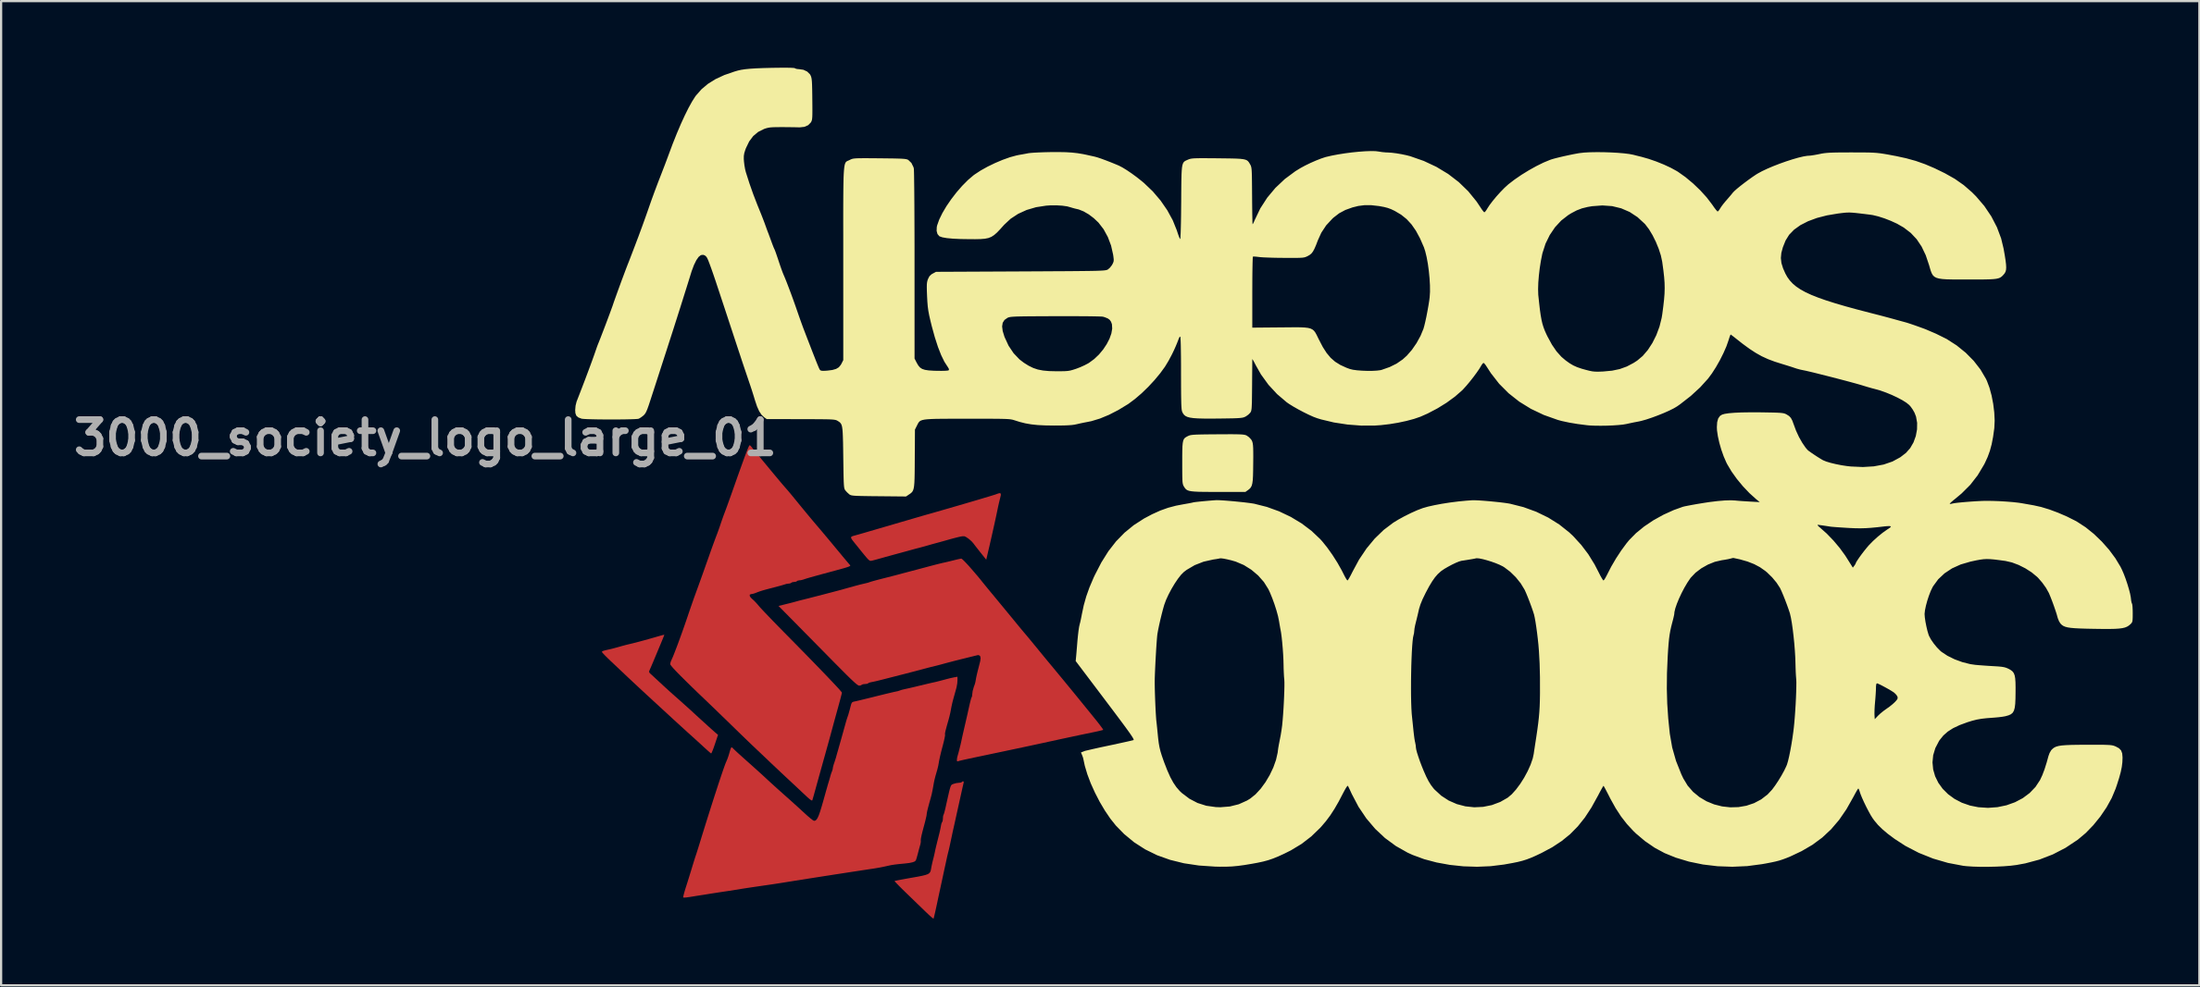
<source format=kicad_pcb>
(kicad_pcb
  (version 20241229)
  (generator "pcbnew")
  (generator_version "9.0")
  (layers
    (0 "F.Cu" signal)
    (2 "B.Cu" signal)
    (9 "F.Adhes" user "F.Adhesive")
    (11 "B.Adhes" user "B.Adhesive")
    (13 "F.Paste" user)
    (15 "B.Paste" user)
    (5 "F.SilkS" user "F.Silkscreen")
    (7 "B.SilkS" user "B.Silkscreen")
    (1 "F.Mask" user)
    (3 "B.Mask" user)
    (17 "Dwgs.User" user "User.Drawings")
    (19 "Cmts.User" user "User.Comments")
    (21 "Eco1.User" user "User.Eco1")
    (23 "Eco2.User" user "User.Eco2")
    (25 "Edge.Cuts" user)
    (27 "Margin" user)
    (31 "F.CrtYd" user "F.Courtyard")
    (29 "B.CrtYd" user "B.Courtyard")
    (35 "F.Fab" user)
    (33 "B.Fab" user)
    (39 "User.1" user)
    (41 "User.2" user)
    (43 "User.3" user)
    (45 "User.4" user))
  (footprint "3000_society_logo_large_01"
    (layer "F.Cu")
    (at 57.886 18.669)
    (property "Reference" "3000_society_logo_large_01" (at -41.8 -2 0) (layer "F.Fab") (effects (font (size 1.5 1.5) (thickness 0.3))))
    (attr board_only exclude_from_pos_files exclude_from_bom)
    (fp_poly (pts (xy -28.94 12.215) (xy -28.975 12.188) (xy -29.053 12.121) (xy -29.161 12.024) (xy -29.29 11.907) (xy -29.302 11.896) (xy -29.436 11.772) (xy -29.556 11.663) (xy -29.648 11.579) (xy -29.699 11.532) (xy -29.7 11.532) (xy -29.77 11.469) (xy -29.882 11.368) (xy -30.024 11.24) (xy -30.183 11.094) (xy -30.349 10.943) (xy -30.509 10.797) (xy -30.652 10.666) (xy -30.721 10.602) (xy -30.829 10.503) (xy -30.979 10.364) (xy -31.159 10.199) (xy -31.356 10.017) (xy -31.559 9.831) (xy -31.65 9.746) (xy -31.86 9.553) (xy -32.076 9.353) (xy -32.284 9.159) (xy -32.472 8.984) (xy -32.625 8.84) (xy -32.669 8.799) (xy -32.839 8.638) (xy -33.038 8.449) (xy -33.243 8.256) (xy -33.429 8.08) (xy -33.445 8.066) (xy -33.586 7.93) (xy -33.706 7.811) (xy -33.796 7.716) (xy -33.847 7.656) (xy -33.855 7.642) (xy -33.845 7.62) (xy -33.808 7.599) (xy -33.73 7.575) (xy -33.6 7.544) (xy -33.508 7.524) (xy -33.4 7.498) (xy -33.252 7.459) (xy -33.097 7.416) (xy -33.089 7.414) (xy -32.938 7.371) (xy -32.796 7.333) (xy -32.694 7.307) (xy -32.688 7.306) (xy -32.454 7.25) (xy -32.214 7.188) (xy -31.949 7.117) (xy -31.642 7.031) (xy -31.468 6.981) (xy -31.291 6.93) (xy -31.172 6.897) (xy -31.1 6.878) (xy -31.064 6.871) (xy -31.05 6.873) (xy -31.048 6.878) (xy -31.062 6.916) (xy -31.099 7.008) (xy -31.154 7.143) (xy -31.222 7.308) (xy -31.253 7.382) (xy -31.335 7.579) (xy -31.416 7.772) (xy -31.487 7.942) (xy -31.54 8.07) (xy -31.548 8.088) (xy -31.606 8.225) (xy -31.662 8.355) (xy -31.695 8.428) (xy -31.729 8.511) (xy -31.727 8.561) (xy -31.687 8.609) (xy -31.683 8.613) (xy -31.63 8.661) (xy -31.537 8.747) (xy -31.416 8.859) (xy -31.279 8.986) (xy -31.267 8.997) (xy -31.118 9.135) (xy -30.998 9.246) (xy -30.893 9.341) (xy -30.79 9.435) (xy -30.674 9.539) (xy -30.53 9.666) (xy -30.356 9.82) (xy -30.192 9.967) (xy -30.017 10.124) (xy -29.854 10.271) (xy -29.753 10.365) (xy -29.579 10.525) (xy -29.395 10.693) (xy -29.213 10.858) (xy -29.044 11.012) (xy -28.898 11.143) (xy -28.787 11.242) (xy -28.737 11.285) (xy -28.63 11.376) (xy -28.772 11.8) (xy -28.828 11.962) (xy -28.878 12.093) (xy -28.917 12.182) (xy -28.939 12.216)) (stroke (width 0) (type solid)) (fill yes) (layer "F.Cu"))
    (fp_poly (pts (xy -21.788 3.536) (xy -21.83 3.513) (xy -21.882 3.466) (xy -21.953 3.388) (xy -22.048 3.274) (xy -22.176 3.117) (xy -22.341 2.911) (xy -22.373 2.871) (xy -22.504 2.71) (xy -22.592 2.597) (xy -22.639 2.521) (xy -22.645 2.473) (xy -22.611 2.441) (xy -22.538 2.415) (xy -22.427 2.385) (xy -22.412 2.38) (xy -22.289 2.346) (xy -22.175 2.313) (xy -22.116 2.296) (xy -21.995 2.261) (xy -21.822 2.21) (xy -21.604 2.147) (xy -21.349 2.072) (xy -21.067 1.99) (xy -20.766 1.902) (xy -20.735 1.893) (xy -20.432 1.804) (xy -20.146 1.721) (xy -19.886 1.645) (xy -19.661 1.579) (xy -19.479 1.526) (xy -19.35 1.489) (xy -19.281 1.469) (xy -19.278 1.468) (xy -19.164 1.436) (xy -18.992 1.388) (xy -18.778 1.326) (xy -18.532 1.255) (xy -18.27 1.18) (xy -18.003 1.102) (xy -17.744 1.027) (xy -17.508 0.958) (xy -17.307 0.899) (xy -17.164 0.857) (xy -16.866 0.769) (xy -16.631 0.698) (xy -16.449 0.644) (xy -16.313 0.602) (xy -16.215 0.572) (xy -16.147 0.55) (xy -16.102 0.534) (xy -16.078 0.524) (xy -15.97 0.49) (xy -15.914 0.503) (xy -15.904 0.563) (xy -15.908 0.59) (xy -15.933 0.697) (xy -15.963 0.816) (xy -15.963 0.818) (xy -15.987 0.916) (xy -16.019 1.057) (xy -16.052 1.213) (xy -16.057 1.237) (xy -16.109 1.488) (xy -16.175 1.792) (xy -16.251 2.134) (xy -16.332 2.494) (xy -16.415 2.858) (xy -16.497 3.207) (xy -16.499 3.219) (xy -16.563 3.487) (xy -16.818 3.168) (xy -16.929 3.027) (xy -17.031 2.897) (xy -17.11 2.794) (xy -17.146 2.745) (xy -17.219 2.663) (xy -17.323 2.57) (xy -17.38 2.527) (xy -17.479 2.461) (xy -17.552 2.431) (xy -17.634 2.432) (xy -17.726 2.448) (xy -17.857 2.478) (xy -18.022 2.52) (xy -18.185 2.564) (xy -18.369 2.617) (xy -18.574 2.674) (xy -18.731 2.717) (xy -18.879 2.757) (xy -19.014 2.794) (xy -19.108 2.821) (xy -19.114 2.823) (xy -19.364 2.894) (xy -19.576 2.951) (xy -19.642 2.968) (xy -19.773 3.002) (xy -19.897 3.036) (xy -19.98 3.059) (xy -20.116 3.097) (xy -20.286 3.143) (xy -20.473 3.194) (xy -20.499 3.201) (xy -20.705 3.257) (xy -20.915 3.315) (xy -21.105 3.367) (xy -21.246 3.407) (xy -21.401 3.45) (xy -21.55 3.491) (xy -21.661 3.52) (xy -21.665 3.521) (xy -21.713 3.533) (xy -21.752 3.54)) (stroke (width 0) (type solid)) (fill yes) (layer "F.Cu"))
    (fp_poly (pts (xy -18.965 19.637) (xy -19.037 19.577) (xy -19.142 19.483) (xy -19.268 19.364) (xy -19.306 19.328) (xy -19.451 19.186) (xy -19.633 19.011) (xy -19.833 18.817) (xy -20.035 18.622) (xy -20.182 18.479) (xy -20.34 18.325) (xy -20.477 18.188) (xy -20.586 18.076) (xy -20.659 17.998) (xy -20.688 17.96) (xy -20.688 17.959) (xy -20.649 17.948) (xy -20.549 17.927) (xy -20.399 17.898) (xy -20.21 17.863) (xy -19.992 17.824) (xy -19.929 17.813) (xy -19.662 17.766) (xy -19.457 17.726) (xy -19.306 17.689) (xy -19.2 17.652) (xy -19.13 17.609) (xy -19.086 17.556) (xy -19.06 17.49) (xy -19.044 17.406) (xy -19.041 17.39) (xy -19.018 17.266) (xy -18.984 17.113) (xy -18.96 17.016) (xy -18.923 16.87) (xy -18.89 16.726) (xy -18.874 16.652) (xy -18.852 16.547) (xy -18.818 16.4) (xy -18.778 16.237) (xy -18.768 16.196) (xy -18.712 15.971) (xy -18.67 15.803) (xy -18.641 15.677) (xy -18.62 15.579) (xy -18.604 15.496) (xy -18.598 15.457) (xy -18.576 15.364) (xy -18.55 15.306) (xy -18.544 15.3) (xy -18.524 15.255) (xy -18.513 15.166) (xy -18.512 15.143) (xy -18.506 15.047) (xy -18.49 14.985) (xy -18.486 14.98) (xy -18.467 14.934) (xy -18.438 14.836) (xy -18.405 14.705) (xy -18.398 14.673) (xy -18.332 14.375) (xy -18.279 14.141) (xy -18.238 13.961) (xy -18.205 13.829) (xy -18.178 13.736) (xy -18.154 13.675) (xy -18.131 13.637) (xy -18.107 13.615) (xy -18.077 13.601) (xy -18.043 13.587) (xy -17.921 13.551) (xy -17.8 13.536) (xy -17.8 13.536) (xy -17.711 13.526) (xy -17.658 13.502) (xy -17.656 13.5) (xy -17.611 13.464) (xy -17.578 13.483) (xy -17.578 13.527) (xy -17.59 13.579) (xy -17.616 13.691) (xy -17.653 13.855) (xy -17.698 14.059) (xy -17.75 14.294) (xy -17.8 14.52) (xy -17.857 14.779) (xy -17.911 15.021) (xy -17.958 15.236) (xy -17.997 15.412) (xy -18.025 15.537) (xy -18.038 15.595) (xy -18.061 15.695) (xy -18.092 15.841) (xy -18.128 16.012) (xy -18.148 16.105) (xy -18.184 16.275) (xy -18.218 16.432) (xy -18.246 16.553) (xy -18.257 16.597) (xy -18.286 16.712) (xy -18.319 16.852) (xy -18.331 16.907) (xy -18.355 17.017) (xy -18.391 17.185) (xy -18.438 17.4) (xy -18.492 17.649) (xy -18.55 17.919) (xy -18.61 18.198) (xy -18.67 18.474) (xy -18.726 18.734) (xy -18.775 18.966) (xy -18.816 19.157) (xy -18.826 19.203) (xy -18.863 19.372) (xy -18.896 19.513) (xy -18.921 19.612) (xy -18.935 19.655) (xy -18.935 19.656)) (stroke (width 0) (type solid)) (fill yes) (layer "F.Cu"))
    (fp_poly (pts (xy -24.494 14.283) (xy -24.612 14.181) (xy -24.652 14.143) (xy -24.762 14.041) (xy -24.91 13.902) (xy -25.082 13.74) (xy -25.265 13.569) (xy -25.407 13.437) (xy -25.605 13.252) (xy -25.819 13.051) (xy -26.031 12.851) (xy -26.221 12.671) (xy -26.317 12.58) (xy -26.491 12.414) (xy -26.679 12.236) (xy -26.859 12.065) (xy -27.01 11.922) (xy -27.027 11.906) (xy -27.143 11.795) (xy -27.299 11.645) (xy -27.483 11.468) (xy -27.683 11.274) (xy -27.887 11.075) (xy -27.992 10.972) (xy -28.206 10.764) (xy -28.434 10.543) (xy -28.66 10.324) (xy -28.869 10.122) (xy -29.048 9.951) (xy -29.103 9.897) (xy -29.487 9.53) (xy -29.818 9.21) (xy -30.097 8.936) (xy -30.327 8.707) (xy -30.509 8.521) (xy -30.643 8.377) (xy -30.731 8.274) (xy -30.776 8.209) (xy -30.782 8.191) (xy -30.765 8.102) (xy -30.734 8.025) (xy -30.689 7.925) (xy -30.623 7.767) (xy -30.543 7.561) (xy -30.451 7.319) (xy -30.352 7.05) (xy -30.25 6.767) (xy -30.148 6.479) (xy -30.051 6.198) (xy -30.003 6.057) (xy -29.925 5.825) (xy -29.842 5.585) (xy -29.763 5.358) (xy -29.696 5.167) (xy -29.668 5.091) (xy -29.561 4.797) (xy -29.449 4.487) (xy -29.327 4.147) (xy -29.192 3.765) (xy -29.037 3.329) (xy -29.023 3.288) (xy -28.944 3.064) (xy -28.867 2.849) (xy -28.797 2.659) (xy -28.741 2.508) (xy -28.705 2.413) (xy -28.655 2.281) (xy -28.593 2.111) (xy -28.533 1.937) (xy -28.522 1.903) (xy -28.46 1.721) (xy -28.391 1.526) (xy -28.328 1.357) (xy -28.321 1.338) (xy -28.275 1.216) (xy -28.212 1.043) (xy -28.138 0.837) (xy -28.059 0.617) (xy -28.011 0.482) (xy -27.85 0.026) (xy -27.712 -0.366) (xy -27.593 -0.696) (xy -27.494 -0.971) (xy -27.413 -1.193) (xy -27.347 -1.367) (xy -27.296 -1.497) (xy -27.257 -1.588) (xy -27.23 -1.643) (xy -27.212 -1.667) (xy -27.208 -1.668) (xy -27.166 -1.642) (xy -27.131 -1.601) (xy -27.081 -1.536) (xy -27.004 -1.441) (xy -26.949 -1.374) (xy -26.861 -1.268) (xy -26.749 -1.132) (xy -26.632 -0.99) (xy -26.603 -0.955) (xy -26.325 -0.618) (xy -26.086 -0.33) (xy -25.887 -0.091) (xy -25.729 0.096) (xy -25.614 0.229) (xy -25.586 0.261) (xy -25.498 0.362) (xy -25.383 0.498) (xy -25.258 0.649) (xy -25.185 0.739) (xy -25.005 0.96) (xy -24.814 1.193) (xy -24.624 1.423) (xy -24.447 1.636) (xy -24.295 1.817) (xy -24.204 1.924) (xy -24.083 2.066) (xy -23.922 2.257) (xy -23.731 2.485) (xy -23.515 2.744) (xy -23.284 3.023) (xy -23.093 3.252) (xy -22.968 3.404) (xy -22.855 3.538) (xy -22.766 3.644) (xy -22.709 3.71) (xy -22.697 3.723) (xy -22.682 3.741) (xy -22.681 3.759) (xy -22.701 3.777) (xy -22.748 3.8) (xy -22.831 3.829) (xy -22.956 3.867) (xy -23.13 3.916) (xy -23.361 3.979) (xy -23.639 4.054) (xy -23.98 4.146) (xy -24.255 4.222) (xy -24.47 4.282) (xy -24.63 4.329) (xy -24.741 4.364) (xy -24.798 4.384) (xy -24.903 4.411) (xy -24.969 4.417) (xy -25.045 4.431) (xy -25.079 4.454) (xy -25.128 4.48) (xy -25.206 4.49) (xy -25.29 4.502) (xy -25.334 4.527) (xy -25.384 4.555) (xy -25.443 4.563) (xy -25.55 4.577) (xy -25.614 4.597) (xy -25.684 4.619) (xy -25.805 4.654) (xy -25.959 4.696) (xy -26.081 4.728) (xy -26.312 4.788) (xy -26.489 4.835) (xy -26.626 4.874) (xy -26.738 4.91) (xy -26.843 4.947) (xy -26.954 4.991) (xy -26.966 4.996) (xy -27.065 5.026) (xy -27.139 5.037) (xy -27.199 5.058) (xy -27.206 5.113) (xy -27.162 5.19) (xy -27.082 5.267) (xy -26.988 5.353) (xy -26.88 5.469) (xy -26.804 5.558) (xy -26.747 5.625) (xy -26.645 5.736) (xy -26.503 5.886) (xy -26.329 6.068) (xy -26.128 6.277) (xy -25.907 6.504) (xy -25.671 6.745) (xy -25.539 6.879) (xy -25.15 7.274) (xy -24.785 7.646) (xy -24.447 7.992) (xy -24.14 8.309) (xy -23.865 8.594) (xy -23.626 8.844) (xy -23.425 9.057) (xy -23.264 9.229) (xy -23.148 9.358) (xy -23.078 9.441) (xy -23.056 9.474) (xy -23.065 9.522) (xy -23.091 9.625) (xy -23.128 9.77) (xy -23.175 9.942) (xy -23.185 9.98) (xy -23.297 10.388) (xy -23.403 10.772) (xy -23.496 11.115) (xy -23.567 11.378) (xy -23.595 11.48) (xy -23.639 11.64) (xy -23.695 11.843) (xy -23.76 12.077) (xy -23.83 12.329) (xy -23.875 12.489) (xy -23.951 12.763) (xy -24.029 13.043) (xy -24.104 13.312) (xy -24.171 13.554) (xy -24.225 13.75) (xy -24.244 13.819) (xy -24.293 13.995) (xy -24.336 14.147) (xy -24.369 14.261) (xy -24.387 14.322) (xy -24.388 14.326) (xy -24.42 14.331)) (stroke (width 0) (type solid)) (fill yes) (layer "F.Cu"))
    (fp_poly (pts (xy -17.878 12.559) (xy -17.883 12.496) (xy -17.871 12.401) (xy -17.849 12.315) (xy -17.813 12.19) (xy -17.769 12.021) (xy -17.724 11.839) (xy -17.685 11.67) (xy -17.667 11.584) (xy -17.647 11.489) (xy -17.615 11.344) (xy -17.575 11.171) (xy -17.54 11.019) (xy -17.498 10.837) (xy -17.459 10.667) (xy -17.427 10.529) (xy -17.41 10.454) (xy -17.352 10.19) (xy -17.307 9.991) (xy -17.272 9.848) (xy -17.247 9.754) (xy -17.228 9.701) (xy -17.219 9.684) (xy -17.2 9.632) (xy -17.192 9.548) (xy -17.173 9.399) (xy -17.119 9.21) (xy -17.08 9.105) (xy -17.055 9.018) (xy -17.034 8.909) (xy -17.034 8.905) (xy -17.017 8.808) (xy -16.987 8.668) (xy -16.95 8.513) (xy -16.943 8.486) (xy -16.902 8.327) (xy -16.864 8.177) (xy -16.835 8.063) (xy -16.832 8.051) (xy -16.816 7.916) (xy -16.84 7.824) (xy -16.902 7.784) (xy -16.95 7.787) (xy -17.096 7.822) (xy -17.274 7.866) (xy -17.468 7.914) (xy -17.659 7.961) (xy -17.832 8.005) (xy -17.971 8.04) (xy -18.058 8.062) (xy -18.067 8.065) (xy -18.182 8.095) (xy -18.283 8.121) (xy -18.286 8.122) (xy -18.385 8.148) (xy -18.501 8.18) (xy -18.504 8.181) (xy -18.652 8.221) (xy -18.837 8.269) (xy -19.042 8.318) (xy -19.143 8.344) (xy -19.287 8.382) (xy -19.444 8.424) (xy -19.47 8.431) (xy -19.583 8.461) (xy -19.753 8.506) (xy -19.966 8.561) (xy -20.208 8.624) (xy -20.467 8.69) (xy -20.727 8.757) (xy -20.976 8.821) (xy -21.199 8.878) (xy -21.383 8.924) (xy -21.474 8.947) (xy -21.603 8.976) (xy -21.725 9.001) (xy -21.739 9.003) (xy -21.826 9.025) (xy -21.876 9.053) (xy -21.878 9.055) (xy -21.924 9.077) (xy -22.011 9.087) (xy -22.021 9.087) (xy -22.111 9.097) (xy -22.165 9.121) (xy -22.167 9.124) (xy -22.217 9.152) (xy -22.281 9.16) (xy -22.316 9.149) (xy -22.37 9.114) (xy -22.449 9.05) (xy -22.556 8.954) (xy -22.695 8.822) (xy -22.872 8.648) (xy -23.089 8.43) (xy -23.353 8.164) (xy -23.363 8.154) (xy -23.627 7.886) (xy -23.912 7.596) (xy -24.207 7.297) (xy -24.497 7.002) (xy -24.769 6.726) (xy -25.011 6.48) (xy -25.13 6.359) (xy -25.908 5.571) (xy -25.713 5.523) (xy -25.525 5.476) (xy -25.391 5.443) (xy -25.296 5.418) (xy -25.222 5.399) (xy -25.154 5.38) (xy -25.119 5.37) (xy -24.987 5.334) (xy -24.859 5.301) (xy -24.845 5.298) (xy -24.747 5.274) (xy -24.593 5.235) (xy -24.399 5.185) (xy -24.18 5.129) (xy -23.951 5.069) (xy -23.726 5.011) (xy -23.522 4.958) (xy -23.353 4.913) (xy -23.235 4.882) (xy -23.224 4.879) (xy -22.98 4.812) (xy -22.732 4.743) (xy -22.514 4.683) (xy -22.476 4.672) (xy -22.235 4.608) (xy -22.025 4.558) (xy -21.985 4.549) (xy -21.879 4.522) (xy -21.802 4.496) (xy -21.742 4.476) (xy -21.626 4.443) (xy -21.468 4.4) (xy -21.283 4.352) (xy -21.201 4.331) (xy -20.995 4.279) (xy -20.797 4.228) (xy -20.625 4.184) (xy -20.498 4.15) (xy -20.472 4.143) (xy -20.327 4.104) (xy -20.154 4.058) (xy -20.017 4.022) (xy -19.889 3.988) (xy -19.712 3.941) (xy -19.504 3.886) (xy -19.285 3.828) (xy -19.197 3.804) (xy -18.992 3.75) (xy -18.801 3.7) (xy -18.639 3.66) (xy -18.523 3.632) (xy -18.486 3.624) (xy -18.381 3.601) (xy -18.234 3.566) (xy -18.072 3.526) (xy -18.035 3.517) (xy -17.89 3.481) (xy -17.77 3.454) (xy -17.694 3.44) (xy -17.681 3.439) (xy -17.642 3.465) (xy -17.565 3.537) (xy -17.46 3.645) (xy -17.336 3.78) (xy -17.276 3.849) (xy -17.137 4.009) (xy -17.004 4.164) (xy -16.89 4.3) (xy -16.807 4.401) (xy -16.791 4.422) (xy -16.727 4.502) (xy -16.626 4.626) (xy -16.499 4.782) (xy -16.355 4.957) (xy -16.208 5.134) (xy -16.031 5.348) (xy -15.837 5.584) (xy -15.642 5.82) (xy -15.465 6.036) (xy -15.37 6.151) (xy -15.229 6.324) (xy -15.092 6.49) (xy -14.97 6.637) (xy -14.877 6.749) (xy -14.842 6.79) (xy -14.768 6.877) (xy -14.66 7.007) (xy -14.529 7.165) (xy -14.389 7.336) (xy -14.313 7.428) (xy -14.153 7.624) (xy -13.978 7.837) (xy -13.807 8.045) (xy -13.658 8.224) (xy -13.621 8.269) (xy -13.492 8.424) (xy -13.328 8.623) (xy -13.14 8.85) (xy -12.94 9.094) (xy -12.739 9.339) (xy -12.547 9.573) (xy -12.377 9.782) (xy -12.273 9.91) (xy -12.208 9.99) (xy -12.108 10.113) (xy -11.982 10.268) (xy -11.841 10.442) (xy -11.713 10.6) (xy -11.578 10.767) (xy -11.463 10.915) (xy -11.374 11.034) (xy -11.317 11.116) (xy -11.299 11.151) (xy -11.299 11.151) (xy -11.341 11.165) (xy -11.439 11.19) (xy -11.578 11.222) (xy -11.732 11.255) (xy -12.025 11.316) (xy -12.376 11.389) (xy -12.769 11.473) (xy -13.19 11.563) (xy -13.626 11.658) (xy -14.04 11.748) (xy -14.303 11.805) (xy -14.591 11.867) (xy -14.877 11.928) (xy -15.134 11.983) (xy -15.243 12.006) (xy -15.465 12.053) (xy -15.692 12.101) (xy -15.9 12.145) (xy -16.067 12.18) (xy -16.099 12.187) (xy -16.286 12.226) (xy -16.503 12.272) (xy -16.711 12.316) (xy -16.755 12.325) (xy -17.099 12.397) (xy -17.374 12.456) (xy -17.584 12.502) (xy -17.733 12.537) (xy -17.822 12.56) (xy -17.855 12.572)) (stroke (width 0) (type solid)) (fill yes) (layer "F.Cu"))
    (fp_poly (pts (xy -30.194 18.702) (xy -30.196 18.701) (xy -30.194 18.66) (xy -30.172 18.564) (xy -30.135 18.428) (xy -30.086 18.267) (xy -30.034 18.104) (xy -29.988 17.959) (xy -29.944 17.817) (xy -29.896 17.661) (xy -29.838 17.474) (xy -29.768 17.242) (xy -29.726 17.107) (xy -29.685 16.975) (xy -29.649 16.862) (xy -29.627 16.798) (xy -29.606 16.736) (xy -29.569 16.62) (xy -29.521 16.468) (xy -29.467 16.294) (xy -29.465 16.287) (xy -29.33 15.847) (xy -29.194 15.409) (xy -29.059 14.98) (xy -28.928 14.567) (xy -28.803 14.176) (xy -28.685 13.813) (xy -28.578 13.485) (xy -28.481 13.197) (xy -28.399 12.955) (xy -28.332 12.767) (xy -28.284 12.638) (xy -28.262 12.589) (xy -28.209 12.463) (xy -28.154 12.306) (xy -28.117 12.179) (xy -28.081 12.057) (xy -28.048 11.969) (xy -28.025 11.933) (xy -28.024 11.933) (xy -27.981 11.957) (xy -27.947 11.993) (xy -27.904 12.035) (xy -27.817 12.118) (xy -27.695 12.23) (xy -27.547 12.364) (xy -27.405 12.491) (xy -27.19 12.682) (xy -27.021 12.834) (xy -26.886 12.955) (xy -26.776 13.054) (xy -26.682 13.14) (xy -26.592 13.222) (xy -26.498 13.309) (xy -26.39 13.41) (xy -26.366 13.432) (xy -26.236 13.551) (xy -26.069 13.703) (xy -25.881 13.872) (xy -25.69 14.043) (xy -25.582 14.139) (xy -25.388 14.311) (xy -25.181 14.498) (xy -24.979 14.681) (xy -24.802 14.844) (xy -24.729 14.911) (xy -24.592 15.035) (xy -24.469 15.139) (xy -24.373 15.213) (xy -24.314 15.247) (xy -24.307 15.249) (xy -24.253 15.237) (xy -24.202 15.197) (xy -24.152 15.121) (xy -24.098 15.003) (xy -24.038 14.834) (xy -23.969 14.609) (xy -23.891 14.338) (xy -23.827 14.11) (xy -23.769 13.902) (xy -23.718 13.724) (xy -23.68 13.59) (xy -23.656 13.511) (xy -23.653 13.5) (xy -23.624 13.407) (xy -23.59 13.286) (xy -23.579 13.244) (xy -23.545 13.131) (xy -23.512 13.039) (xy -23.501 13.017) (xy -23.473 12.929) (xy -23.468 12.89) (xy -23.456 12.818) (xy -23.426 12.711) (xy -23.409 12.661) (xy -23.365 12.53) (xy -23.325 12.402) (xy -23.316 12.37) (xy -23.283 12.247) (xy -23.25 12.133) (xy -23.214 12.009) (xy -23.165 11.834) (xy -23.106 11.626) (xy -23.044 11.405) (xy -22.998 11.24) (xy -22.955 11.085) (xy -22.913 10.936) (xy -22.882 10.825) (xy -22.881 10.821) (xy -22.849 10.709) (xy -22.819 10.617) (xy -22.814 10.602) (xy -22.761 10.445) (xy -22.703 10.238) (xy -22.664 10.086) (xy -22.633 9.975) (xy -22.599 9.915) (xy -22.544 9.886) (xy -22.488 9.873) (xy -22.415 9.858) (xy -22.283 9.827) (xy -22.106 9.784) (xy -21.894 9.732) (xy -21.66 9.675) (xy -21.555 9.648) (xy -21.318 9.589) (xy -21.098 9.535) (xy -20.909 9.49) (xy -20.761 9.455) (xy -20.666 9.434) (xy -20.644 9.43) (xy -20.538 9.407) (xy -20.462 9.382) (xy -20.372 9.351) (xy -20.28 9.328) (xy -20.011 9.269) (xy -19.765 9.211) (xy -19.733 9.203) (xy -19.536 9.155) (xy -19.322 9.104) (xy -19.119 9.056) (xy -18.957 9.019) (xy -18.95 9.018) (xy -18.869 9) (xy -18.793 8.982) (xy -18.705 8.96) (xy -18.587 8.929) (xy -18.424 8.886) (xy -18.33 8.861) (xy -18.189 8.825) (xy -18.052 8.795) (xy -17.993 8.783) (xy -17.857 8.759) (xy -17.857 8.923) (xy -17.867 9.058) (xy -17.894 9.213) (xy -17.91 9.28) (xy -17.948 9.416) (xy -17.995 9.584) (xy -18.04 9.746) (xy -18.084 9.912) (xy -18.122 10.084) (xy -18.148 10.22) (xy -18.174 10.359) (xy -18.214 10.531) (xy -18.257 10.694) (xy -18.323 10.925) (xy -18.369 11.095) (xy -18.4 11.216) (xy -18.416 11.296) (xy -18.42 11.346) (xy -18.415 11.371) (xy -18.418 11.421) (xy -18.438 11.527) (xy -18.471 11.675) (xy -18.516 11.852) (xy -18.534 11.92) (xy -18.587 12.121) (xy -18.634 12.316) (xy -18.671 12.485) (xy -18.694 12.607) (xy -18.696 12.625) (xy -18.722 12.767) (xy -18.763 12.938) (xy -18.804 13.08) (xy -18.851 13.244) (xy -18.894 13.414) (xy -18.919 13.536) (xy -18.969 13.819) (xy -19.014 14.039) (xy -19.053 14.192) (xy -19.128 14.46) (xy -19.183 14.665) (xy -19.219 14.814) (xy -19.238 14.915) (xy -19.242 14.957) (xy -19.252 15.024) (xy -19.279 15.146) (xy -19.318 15.307) (xy -19.367 15.491) (xy -19.384 15.552) (xy -19.433 15.738) (xy -19.473 15.902) (xy -19.499 16.031) (xy -19.508 16.109) (xy -19.507 16.122) (xy -19.506 16.198) (xy -19.525 16.303) (xy -19.532 16.328) (xy -19.563 16.437) (xy -19.603 16.584) (xy -19.641 16.731) (xy -19.677 16.864) (xy -19.709 16.972) (xy -19.732 17.032) (xy -19.733 17.034) (xy -19.784 17.08) (xy -19.88 17.116) (xy -20.03 17.147) (xy -20.242 17.172) (xy -20.333 17.18) (xy -20.513 17.198) (xy -20.686 17.219) (xy -20.825 17.24) (xy -20.881 17.251) (xy -21.155 17.311) (xy -21.43 17.365) (xy -21.628 17.398) (xy -21.824 17.427) (xy -22.062 17.463) (xy -22.327 17.504) (xy -22.606 17.546) (xy -22.883 17.589) (xy -23.143 17.629) (xy -23.372 17.664) (xy -23.555 17.693) (xy -23.651 17.708) (xy -23.854 17.739) (xy -24.087 17.776) (xy -24.307 17.81) (xy -24.361 17.819) (xy -24.593 17.855) (xy -24.873 17.899) (xy -25.18 17.948) (xy -25.492 17.998) (xy -25.786 18.045) (xy -25.856 18.056) (xy -25.966 18.073) (xy -26.13 18.098) (xy -26.333 18.128) (xy -26.555 18.16) (xy -26.712 18.183) (xy -26.938 18.216) (xy -27.156 18.248) (xy -27.348 18.277) (xy -27.498 18.3) (xy -27.568 18.311) (xy -28.134 18.402) (xy -28.498 18.456) (xy -28.667 18.482) (xy -28.841 18.509) (xy -28.971 18.529) (xy -29.123 18.554) (xy -29.299 18.582) (xy -29.409 18.599) (xy -29.575 18.625) (xy -29.767 18.656) (xy -29.91 18.679) (xy -30.041 18.697) (xy -30.142 18.706)) (stroke (width 0) (type solid)) (fill yes) (layer "F.Cu"))
    (fp_poly (pts (xy -28.94 12.215) (xy -28.975 12.188) (xy -29.053 12.121) (xy -29.161 12.024) (xy -29.29 11.907) (xy -29.302 11.896) (xy -29.436 11.772) (xy -29.556 11.663) (xy -29.648 11.579) (xy -29.699 11.532) (xy -29.7 11.532) (xy -29.77 11.469) (xy -29.882 11.368) (xy -30.024 11.24) (xy -30.183 11.094) (xy -30.349 10.943) (xy -30.509 10.797) (xy -30.652 10.666) (xy -30.721 10.602) (xy -30.829 10.503) (xy -30.979 10.364) (xy -31.159 10.199) (xy -31.356 10.017) (xy -31.559 9.831) (xy -31.65 9.746) (xy -31.86 9.553) (xy -32.076 9.353) (xy -32.284 9.159) (xy -32.472 8.984) (xy -32.625 8.84) (xy -32.669 8.799) (xy -32.839 8.638) (xy -33.038 8.449) (xy -33.243 8.256) (xy -33.429 8.08) (xy -33.445 8.066) (xy -33.586 7.93) (xy -33.706 7.811) (xy -33.796 7.716) (xy -33.847 7.656) (xy -33.855 7.642) (xy -33.845 7.62) (xy -33.808 7.599) (xy -33.73 7.575) (xy -33.6 7.544) (xy -33.508 7.524) (xy -33.4 7.498) (xy -33.252 7.459) (xy -33.097 7.416) (xy -33.089 7.414) (xy -32.938 7.371) (xy -32.796 7.333) (xy -32.694 7.307) (xy -32.688 7.306) (xy -32.454 7.25) (xy -32.214 7.188) (xy -31.949 7.117) (xy -31.642 7.031) (xy -31.468 6.981) (xy -31.291 6.93) (xy -31.172 6.897) (xy -31.1 6.878) (xy -31.064 6.871) (xy -31.05 6.873) (xy -31.048 6.878) (xy -31.062 6.916) (xy -31.099 7.008) (xy -31.154 7.143) (xy -31.222 7.308) (xy -31.253 7.382) (xy -31.335 7.579) (xy -31.416 7.772) (xy -31.487 7.942) (xy -31.54 8.07) (xy -31.548 8.088) (xy -31.606 8.225) (xy -31.662 8.355) (xy -31.695 8.428) (xy -31.729 8.511) (xy -31.727 8.561) (xy -31.687 8.609) (xy -31.683 8.613) (xy -31.63 8.661) (xy -31.537 8.747) (xy -31.416 8.859) (xy -31.279 8.986) (xy -31.267 8.997) (xy -31.118 9.135) (xy -30.998 9.246) (xy -30.893 9.341) (xy -30.79 9.435) (xy -30.674 9.539) (xy -30.53 9.666) (xy -30.356 9.82) (xy -30.192 9.967) (xy -30.017 10.124) (xy -29.854 10.271) (xy -29.753 10.365) (xy -29.579 10.525) (xy -29.395 10.693) (xy -29.213 10.858) (xy -29.044 11.012) (xy -28.898 11.143) (xy -28.787 11.242) (xy -28.737 11.285) (xy -28.63 11.376) (xy -28.772 11.8) (xy -28.828 11.962) (xy -28.878 12.093) (xy -28.917 12.182) (xy -28.939 12.216)) (stroke (width 0) (type solid)) (fill yes) (layer "F.Mask"))
    (fp_poly (pts (xy -21.788 3.536) (xy -21.83 3.513) (xy -21.882 3.466) (xy -21.953 3.388) (xy -22.048 3.274) (xy -22.176 3.117) (xy -22.341 2.911) (xy -22.373 2.871) (xy -22.504 2.71) (xy -22.592 2.597) (xy -22.639 2.521) (xy -22.645 2.473) (xy -22.611 2.441) (xy -22.538 2.415) (xy -22.427 2.385) (xy -22.412 2.38) (xy -22.289 2.346) (xy -22.175 2.313) (xy -22.116 2.296) (xy -21.995 2.261) (xy -21.822 2.21) (xy -21.604 2.147) (xy -21.349 2.072) (xy -21.067 1.99) (xy -20.766 1.902) (xy -20.735 1.893) (xy -20.432 1.804) (xy -20.146 1.721) (xy -19.886 1.645) (xy -19.661 1.579) (xy -19.479 1.526) (xy -19.35 1.489) (xy -19.281 1.469) (xy -19.278 1.468) (xy -19.164 1.436) (xy -18.992 1.388) (xy -18.778 1.326) (xy -18.532 1.255) (xy -18.27 1.18) (xy -18.003 1.102) (xy -17.744 1.027) (xy -17.508 0.958) (xy -17.307 0.899) (xy -17.164 0.857) (xy -16.866 0.769) (xy -16.631 0.698) (xy -16.449 0.644) (xy -16.313 0.602) (xy -16.215 0.572) (xy -16.147 0.55) (xy -16.102 0.534) (xy -16.078 0.524) (xy -15.97 0.49) (xy -15.914 0.503) (xy -15.904 0.563) (xy -15.908 0.59) (xy -15.933 0.697) (xy -15.963 0.816) (xy -15.963 0.818) (xy -15.987 0.916) (xy -16.019 1.057) (xy -16.052 1.213) (xy -16.057 1.237) (xy -16.109 1.488) (xy -16.175 1.792) (xy -16.251 2.134) (xy -16.332 2.494) (xy -16.415 2.858) (xy -16.497 3.207) (xy -16.499 3.219) (xy -16.563 3.487) (xy -16.818 3.168) (xy -16.929 3.027) (xy -17.031 2.897) (xy -17.11 2.794) (xy -17.146 2.745) (xy -17.219 2.663) (xy -17.323 2.57) (xy -17.38 2.527) (xy -17.479 2.461) (xy -17.552 2.431) (xy -17.634 2.432) (xy -17.726 2.448) (xy -17.857 2.478) (xy -18.022 2.52) (xy -18.185 2.564) (xy -18.369 2.617) (xy -18.574 2.674) (xy -18.731 2.717) (xy -18.879 2.757) (xy -19.014 2.794) (xy -19.108 2.821) (xy -19.114 2.823) (xy -19.364 2.894) (xy -19.576 2.951) (xy -19.642 2.968) (xy -19.773 3.002) (xy -19.897 3.036) (xy -19.98 3.059) (xy -20.116 3.097) (xy -20.286 3.143) (xy -20.473 3.194) (xy -20.499 3.201) (xy -20.705 3.257) (xy -20.915 3.315) (xy -21.105 3.367) (xy -21.246 3.407) (xy -21.401 3.45) (xy -21.55 3.491) (xy -21.661 3.52) (xy -21.665 3.521) (xy -21.713 3.533) (xy -21.752 3.54)) (stroke (width 0) (type solid)) (fill yes) (layer "F.Mask"))
    (fp_poly (pts (xy -18.965 19.637) (xy -19.037 19.577) (xy -19.142 19.483) (xy -19.268 19.364) (xy -19.306 19.328) (xy -19.451 19.186) (xy -19.633 19.011) (xy -19.833 18.817) (xy -20.035 18.622) (xy -20.182 18.479) (xy -20.34 18.325) (xy -20.477 18.188) (xy -20.586 18.076) (xy -20.659 17.998) (xy -20.688 17.96) (xy -20.688 17.959) (xy -20.649 17.948) (xy -20.549 17.927) (xy -20.399 17.898) (xy -20.21 17.863) (xy -19.992 17.824) (xy -19.929 17.813) (xy -19.662 17.766) (xy -19.457 17.726) (xy -19.306 17.689) (xy -19.2 17.652) (xy -19.13 17.609) (xy -19.086 17.556) (xy -19.06 17.49) (xy -19.044 17.406) (xy -19.041 17.39) (xy -19.018 17.266) (xy -18.984 17.113) (xy -18.96 17.016) (xy -18.923 16.87) (xy -18.89 16.726) (xy -18.874 16.652) (xy -18.852 16.547) (xy -18.818 16.4) (xy -18.778 16.237) (xy -18.768 16.196) (xy -18.712 15.971) (xy -18.67 15.803) (xy -18.641 15.677) (xy -18.62 15.579) (xy -18.604 15.496) (xy -18.598 15.457) (xy -18.576 15.364) (xy -18.55 15.306) (xy -18.544 15.3) (xy -18.524 15.255) (xy -18.513 15.166) (xy -18.512 15.143) (xy -18.506 15.047) (xy -18.49 14.985) (xy -18.486 14.98) (xy -18.467 14.934) (xy -18.438 14.836) (xy -18.405 14.705) (xy -18.398 14.673) (xy -18.332 14.375) (xy -18.279 14.141) (xy -18.238 13.961) (xy -18.205 13.829) (xy -18.178 13.736) (xy -18.154 13.675) (xy -18.131 13.637) (xy -18.107 13.615) (xy -18.077 13.601) (xy -18.043 13.587) (xy -17.921 13.551) (xy -17.8 13.536) (xy -17.8 13.536) (xy -17.711 13.526) (xy -17.658 13.502) (xy -17.656 13.5) (xy -17.611 13.464) (xy -17.578 13.483) (xy -17.578 13.527) (xy -17.59 13.579) (xy -17.616 13.691) (xy -17.653 13.855) (xy -17.698 14.059) (xy -17.75 14.294) (xy -17.8 14.52) (xy -17.857 14.779) (xy -17.911 15.021) (xy -17.958 15.236) (xy -17.997 15.412) (xy -18.025 15.537) (xy -18.038 15.595) (xy -18.061 15.695) (xy -18.092 15.841) (xy -18.128 16.012) (xy -18.148 16.105) (xy -18.184 16.275) (xy -18.218 16.432) (xy -18.246 16.553) (xy -18.257 16.597) (xy -18.286 16.712) (xy -18.319 16.852) (xy -18.331 16.907) (xy -18.355 17.017) (xy -18.391 17.185) (xy -18.438 17.4) (xy -18.492 17.649) (xy -18.55 17.919) (xy -18.61 18.198) (xy -18.67 18.474) (xy -18.726 18.734) (xy -18.775 18.966) (xy -18.816 19.157) (xy -18.826 19.203) (xy -18.863 19.372) (xy -18.896 19.513) (xy -18.921 19.612) (xy -18.935 19.655) (xy -18.935 19.656)) (stroke (width 0) (type solid)) (fill yes) (layer "F.Mask"))
    (fp_poly (pts (xy -24.469 14.292) (xy -24.587 14.19) (xy -24.628 14.152) (xy -24.737 14.049) (xy -24.885 13.91) (xy -25.057 13.748) (xy -25.24 13.578) (xy -25.382 13.445) (xy -25.58 13.26) (xy -25.794 13.059) (xy -26.007 12.859) (xy -26.197 12.679) (xy -26.292 12.588) (xy -26.467 12.423) (xy -26.654 12.244) (xy -26.834 12.073) (xy -26.986 11.93) (xy -27.002 11.914) (xy -27.118 11.804) (xy -27.274 11.654) (xy -27.458 11.476) (xy -27.658 11.282) (xy -27.862 11.083) (xy -27.968 10.981) (xy -28.181 10.772) (xy -28.409 10.551) (xy -28.635 10.333) (xy -28.844 10.13) (xy -29.023 9.959) (xy -29.078 9.906) (xy -29.462 9.538) (xy -29.793 9.218) (xy -30.073 8.944) (xy -30.302 8.715) (xy -30.484 8.529) (xy -30.618 8.385) (xy -30.707 8.282) (xy -30.751 8.218) (xy -30.757 8.199) (xy -30.74 8.11) (xy -30.71 8.033) (xy -30.664 7.933) (xy -30.599 7.775) (xy -30.518 7.569) (xy -30.426 7.327) (xy -30.327 7.058) (xy -30.225 6.775) (xy -30.123 6.487) (xy -30.026 6.206) (xy -29.978 6.065) (xy -29.9 5.834) (xy -29.818 5.593) (xy -29.739 5.366) (xy -29.671 5.175) (xy -29.643 5.1) (xy -29.536 4.805) (xy -29.424 4.495) (xy -29.302 4.155) (xy -29.167 3.774) (xy -29.013 3.337) (xy -28.998 3.296) (xy -28.919 3.072) (xy -28.842 2.857) (xy -28.773 2.667) (xy -28.717 2.516) (xy -28.68 2.421) (xy -28.63 2.289) (xy -28.569 2.12) (xy -28.508 1.945) (xy -28.497 1.911) (xy -28.435 1.729) (xy -28.366 1.534) (xy -28.303 1.365) (xy -28.296 1.346) (xy -28.25 1.224) (xy -28.187 1.051) (xy -28.113 0.845) (xy -28.034 0.626) (xy -27.986 0.49) (xy -27.825 0.034) (xy -27.687 -0.357) (xy -27.569 -0.688) (xy -27.469 -0.962) (xy -27.388 -1.184) (xy -27.322 -1.358) (xy -27.271 -1.489) (xy -27.232 -1.579) (xy -27.205 -1.635) (xy -27.187 -1.659) (xy -27.183 -1.66) (xy -27.141 -1.634) (xy -27.106 -1.593) (xy -27.056 -1.528) (xy -26.979 -1.432) (xy -26.924 -1.365) (xy -26.837 -1.26) (xy -26.724 -1.124) (xy -26.607 -0.982) (xy -26.578 -0.947) (xy -26.301 -0.61) (xy -26.061 -0.322) (xy -25.862 -0.083) (xy -25.704 0.104) (xy -25.589 0.237) (xy -25.561 0.269) (xy -25.473 0.37) (xy -25.358 0.506) (xy -25.233 0.657) (xy -25.16 0.747) (xy -24.98 0.968) (xy -24.789 1.201) (xy -24.599 1.431) (xy -24.422 1.644) (xy -24.27 1.826) (xy -24.179 1.932) (xy -24.058 2.075) (xy -23.897 2.265) (xy -23.706 2.493) (xy -23.491 2.752) (xy -23.259 3.031) (xy -23.068 3.261) (xy -22.943 3.412) (xy -22.83 3.546) (xy -22.741 3.652) (xy -22.684 3.718) (xy -22.673 3.731) (xy -22.658 3.749) (xy -22.656 3.767) (xy -22.676 3.786) (xy -22.724 3.808) (xy -22.806 3.837) (xy -22.931 3.875) (xy -23.105 3.924) (xy -23.336 3.987) (xy -23.614 4.062) (xy -23.955 4.154) (xy -24.23 4.23) (xy -24.445 4.29) (xy -24.606 4.337) (xy -24.716 4.372) (xy -24.773 4.392) (xy -24.878 4.419) (xy -24.944 4.426) (xy -25.021 4.439) (xy -25.054 4.462) (xy -25.103 4.488) (xy -25.181 4.498) (xy -25.265 4.51) (xy -25.309 4.535) (xy -25.359 4.563) (xy -25.419 4.571) (xy -25.525 4.586) (xy -25.59 4.605) (xy -25.659 4.628) (xy -25.78 4.663) (xy -25.934 4.705) (xy -26.056 4.736) (xy -26.288 4.796) (xy -26.464 4.843) (xy -26.601 4.882) (xy -26.714 4.918) (xy -26.818 4.956) (xy -26.929 4.999) (xy -26.941 5.004) (xy -27.04 5.034) (xy -27.114 5.045) (xy -27.174 5.066) (xy -27.181 5.121) (xy -27.137 5.198) (xy -27.057 5.275) (xy -26.963 5.361) (xy -26.855 5.477) (xy -26.78 5.567) (xy -26.722 5.633) (xy -26.62 5.744) (xy -26.478 5.894) (xy -26.304 6.077) (xy -26.103 6.285) (xy -25.882 6.512) (xy -25.646 6.753) (xy -25.514 6.887) (xy -25.125 7.282) (xy -24.76 7.654) (xy -24.423 8) (xy -24.115 8.317) (xy -23.84 8.602) (xy -23.601 8.852) (xy -23.4 9.065) (xy -23.24 9.237) (xy -23.123 9.366) (xy -23.053 9.449) (xy -23.031 9.483) (xy -23.041 9.53) (xy -23.066 9.633) (xy -23.104 9.778) (xy -23.15 9.951) (xy -23.16 9.988) (xy -23.273 10.396) (xy -23.378 10.78) (xy -23.471 11.123) (xy -23.542 11.386) (xy -23.57 11.488) (xy -23.614 11.648) (xy -23.67 11.851) (xy -23.735 12.086) (xy -23.805 12.337) (xy -23.85 12.497) (xy -23.926 12.771) (xy -24.004 13.051) (xy -24.079 13.32) (xy -24.146 13.562) (xy -24.2 13.758) (xy -24.22 13.828) (xy -24.269 14.003) (xy -24.312 14.155) (xy -24.344 14.27) (xy -24.363 14.331) (xy -24.364 14.334) (xy -24.395 14.339)) (stroke (width 0) (type solid)) (fill yes) (layer "F.Mask"))
    (fp_poly (pts (xy -17.886 12.562) (xy -17.892 12.499) (xy -17.88 12.404) (xy -17.857 12.318) (xy -17.821 12.192) (xy -17.777 12.024) (xy -17.732 11.841) (xy -17.693 11.673) (xy -17.675 11.586) (xy -17.655 11.492) (xy -17.623 11.347) (xy -17.584 11.174) (xy -17.548 11.022) (xy -17.506 10.84) (xy -17.467 10.67) (xy -17.435 10.532) (xy -17.418 10.457) (xy -17.36 10.193) (xy -17.315 9.994) (xy -17.28 9.851) (xy -17.255 9.757) (xy -17.237 9.704) (xy -17.227 9.687) (xy -17.208 9.635) (xy -17.201 9.551) (xy -17.181 9.402) (xy -17.127 9.213) (xy -17.088 9.108) (xy -17.063 9.021) (xy -17.043 8.912) (xy -17.042 8.908) (xy -17.025 8.811) (xy -16.995 8.671) (xy -16.958 8.516) (xy -16.951 8.489) (xy -16.911 8.33) (xy -16.872 8.18) (xy -16.844 8.066) (xy -16.841 8.054) (xy -16.824 7.919) (xy -16.848 7.827) (xy -16.91 7.787) (xy -16.958 7.79) (xy -17.104 7.825) (xy -17.283 7.869) (xy -17.476 7.917) (xy -17.667 7.964) (xy -17.841 8.007) (xy -17.979 8.042) (xy -18.066 8.065) (xy -18.075 8.067) (xy -18.19 8.098) (xy -18.291 8.124) (xy -18.294 8.125) (xy -18.394 8.151) (xy -18.509 8.183) (xy -18.512 8.184) (xy -18.66 8.224) (xy -18.845 8.271) (xy -19.05 8.321) (xy -19.152 8.347) (xy -19.295 8.384) (xy -19.452 8.427) (xy -19.478 8.434) (xy -19.591 8.464) (xy -19.761 8.508) (xy -19.974 8.564) (xy -20.216 8.627) (xy -20.475 8.693) (xy -20.735 8.76) (xy -20.984 8.824) (xy -21.207 8.881) (xy -21.391 8.927) (xy -21.482 8.95) (xy -21.611 8.979) (xy -21.734 9.003) (xy -21.747 9.006) (xy -21.834 9.028) (xy -21.885 9.056) (xy -21.886 9.058) (xy -21.933 9.08) (xy -22.019 9.09) (xy -22.029 9.09) (xy -22.119 9.1) (xy -22.173 9.124) (xy -22.175 9.127) (xy -22.225 9.154) (xy -22.289 9.163) (xy -22.324 9.152) (xy -22.379 9.117) (xy -22.457 9.053) (xy -22.564 8.957) (xy -22.703 8.824) (xy -22.88 8.651) (xy -23.098 8.433) (xy -23.361 8.167) (xy -23.371 8.157) (xy -23.635 7.889) (xy -23.92 7.598) (xy -24.215 7.3) (xy -24.505 7.005) (xy -24.777 6.729) (xy -25.019 6.483) (xy -25.139 6.362) (xy -25.916 5.573) (xy -25.722 5.526) (xy -25.533 5.479) (xy -25.4 5.446) (xy -25.304 5.421) (xy -25.23 5.402) (xy -25.162 5.383) (xy -25.127 5.373) (xy -24.995 5.337) (xy -24.867 5.304) (xy -24.853 5.301) (xy -24.755 5.277) (xy -24.601 5.238) (xy -24.407 5.188) (xy -24.188 5.132) (xy -23.959 5.072) (xy -23.735 5.014) (xy -23.53 4.961) (xy -23.361 4.916) (xy -23.243 4.884) (xy -23.232 4.881) (xy -22.988 4.815) (xy -22.74 4.746) (xy -22.522 4.686) (xy -22.485 4.675) (xy -22.243 4.611) (xy -22.033 4.561) (xy -21.993 4.552) (xy -21.887 4.525) (xy -21.81 4.498) (xy -21.75 4.479) (xy -21.634 4.446) (xy -21.476 4.403) (xy -21.291 4.355) (xy -21.209 4.334) (xy -21.004 4.282) (xy -20.805 4.231) (xy -20.633 4.186) (xy -20.506 4.153) (xy -20.48 4.146) (xy -20.336 4.107) (xy -20.162 4.061) (xy -20.025 4.025) (xy -19.898 3.991) (xy -19.72 3.944) (xy -19.512 3.889) (xy -19.294 3.83) (xy -19.205 3.807) (xy -19 3.753) (xy -18.809 3.703) (xy -18.647 3.663) (xy -18.531 3.635) (xy -18.494 3.627) (xy -18.389 3.604) (xy -18.242 3.569) (xy -18.08 3.529) (xy -18.043 3.52) (xy -17.899 3.484) (xy -17.779 3.457) (xy -17.703 3.443) (xy -17.69 3.442) (xy -17.65 3.468) (xy -17.573 3.54) (xy -17.468 3.648) (xy -17.344 3.783) (xy -17.284 3.852) (xy -17.145 4.012) (xy -17.012 4.167) (xy -16.898 4.303) (xy -16.815 4.404) (xy -16.799 4.425) (xy -16.735 4.505) (xy -16.635 4.629) (xy -16.507 4.784) (xy -16.363 4.959) (xy -16.217 5.137) (xy -16.04 5.35) (xy -15.845 5.586) (xy -15.65 5.823) (xy -15.473 6.039) (xy -15.378 6.154) (xy -15.237 6.326) (xy -15.1 6.493) (xy -14.979 6.64) (xy -14.885 6.752) (xy -14.85 6.792) (xy -14.776 6.88) (xy -14.668 7.01) (xy -14.538 7.168) (xy -14.397 7.339) (xy -14.322 7.431) (xy -14.161 7.627) (xy -13.986 7.84) (xy -13.815 8.047) (xy -13.666 8.227) (xy -13.629 8.271) (xy -13.5 8.427) (xy -13.336 8.626) (xy -13.149 8.853) (xy -12.949 9.097) (xy -12.747 9.342) (xy -12.556 9.576) (xy -12.385 9.785) (xy -12.281 9.913) (xy -12.216 9.992) (xy -12.116 10.116) (xy -11.99 10.271) (xy -11.849 10.445) (xy -11.721 10.602) (xy -11.587 10.77) (xy -11.471 10.918) (xy -11.382 11.037) (xy -11.325 11.119) (xy -11.307 11.153) (xy -11.308 11.154) (xy -11.349 11.168) (xy -11.447 11.193) (xy -11.586 11.225) (xy -11.74 11.258) (xy -12.034 11.318) (xy -12.384 11.392) (xy -12.777 11.476) (xy -13.199 11.566) (xy -13.635 11.66) (xy -14.048 11.751) (xy -14.311 11.808) (xy -14.599 11.87) (xy -14.885 11.931) (xy -15.142 11.986) (xy -15.251 12.009) (xy -15.473 12.056) (xy -15.7 12.104) (xy -15.908 12.148) (xy -16.075 12.183) (xy -16.107 12.19) (xy -16.294 12.229) (xy -16.512 12.275) (xy -16.719 12.318) (xy -16.763 12.328) (xy -17.107 12.4) (xy -17.382 12.459) (xy -17.592 12.505) (xy -17.741 12.54) (xy -17.83 12.563) (xy -17.863 12.574)) (stroke (width 0) (type solid)) (fill yes) (layer "F.Mask"))
    (fp_poly (pts (xy -30.194 18.702) (xy -30.196 18.701) (xy -30.194 18.66) (xy -30.172 18.564) (xy -30.135 18.428) (xy -30.086 18.267) (xy -30.034 18.104) (xy -29.988 17.959) (xy -29.944 17.817) (xy -29.896 17.661) (xy -29.838 17.474) (xy -29.768 17.242) (xy -29.726 17.107) (xy -29.685 16.975) (xy -29.649 16.862) (xy -29.627 16.798) (xy -29.606 16.736) (xy -29.569 16.62) (xy -29.521 16.468) (xy -29.467 16.294) (xy -29.465 16.287) (xy -29.33 15.847) (xy -29.194 15.409) (xy -29.059 14.98) (xy -28.928 14.567) (xy -28.803 14.176) (xy -28.685 13.813) (xy -28.578 13.485) (xy -28.481 13.197) (xy -28.399 12.955) (xy -28.332 12.767) (xy -28.284 12.638) (xy -28.262 12.589) (xy -28.209 12.463) (xy -28.154 12.306) (xy -28.117 12.179) (xy -28.081 12.057) (xy -28.048 11.969) (xy -28.025 11.933) (xy -28.024 11.933) (xy -27.981 11.957) (xy -27.947 11.993) (xy -27.904 12.035) (xy -27.817 12.118) (xy -27.695 12.23) (xy -27.547 12.364) (xy -27.405 12.491) (xy -27.19 12.682) (xy -27.021 12.834) (xy -26.886 12.955) (xy -26.776 13.054) (xy -26.682 13.14) (xy -26.592 13.222) (xy -26.498 13.309) (xy -26.39 13.41) (xy -26.366 13.432) (xy -26.236 13.551) (xy -26.069 13.703) (xy -25.881 13.872) (xy -25.69 14.043) (xy -25.582 14.139) (xy -25.388 14.311) (xy -25.181 14.498) (xy -24.979 14.681) (xy -24.802 14.844) (xy -24.729 14.911) (xy -24.592 15.035) (xy -24.469 15.139) (xy -24.373 15.213) (xy -24.314 15.247) (xy -24.307 15.249) (xy -24.253 15.237) (xy -24.202 15.197) (xy -24.152 15.121) (xy -24.098 15.003) (xy -24.038 14.834) (xy -23.969 14.609) (xy -23.891 14.338) (xy -23.827 14.11) (xy -23.769 13.902) (xy -23.718 13.724) (xy -23.68 13.59) (xy -23.656 13.511) (xy -23.653 13.5) (xy -23.624 13.407) (xy -23.59 13.286) (xy -23.579 13.244) (xy -23.545 13.131) (xy -23.512 13.039) (xy -23.501 13.017) (xy -23.473 12.929) (xy -23.468 12.89) (xy -23.456 12.818) (xy -23.426 12.711) (xy -23.409 12.661) (xy -23.365 12.53) (xy -23.325 12.402) (xy -23.316 12.37) (xy -23.283 12.247) (xy -23.25 12.133) (xy -23.214 12.009) (xy -23.165 11.834) (xy -23.106 11.626) (xy -23.044 11.405) (xy -22.998 11.24) (xy -22.955 11.085) (xy -22.913 10.936) (xy -22.882 10.825) (xy -22.881 10.821) (xy -22.849 10.709) (xy -22.819 10.617) (xy -22.814 10.602) (xy -22.761 10.445) (xy -22.703 10.238) (xy -22.664 10.086) (xy -22.633 9.975) (xy -22.599 9.915) (xy -22.544 9.886) (xy -22.488 9.873) (xy -22.415 9.858) (xy -22.283 9.827) (xy -22.106 9.784) (xy -21.894 9.732) (xy -21.66 9.675) (xy -21.555 9.648) (xy -21.318 9.589) (xy -21.098 9.535) (xy -20.909 9.49) (xy -20.761 9.455) (xy -20.666 9.434) (xy -20.644 9.43) (xy -20.538 9.407) (xy -20.462 9.382) (xy -20.372 9.351) (xy -20.28 9.328) (xy -20.011 9.269) (xy -19.765 9.211) (xy -19.733 9.203) (xy -19.536 9.155) (xy -19.322 9.104) (xy -19.119 9.056) (xy -18.957 9.019) (xy -18.95 9.018) (xy -18.869 9) (xy -18.793 8.982) (xy -18.705 8.96) (xy -18.587 8.929) (xy -18.424 8.886) (xy -18.33 8.861) (xy -18.189 8.825) (xy -18.052 8.795) (xy -17.993 8.783) (xy -17.857 8.759) (xy -17.857 8.923) (xy -17.867 9.058) (xy -17.894 9.213) (xy -17.91 9.28) (xy -17.948 9.416) (xy -17.995 9.584) (xy -18.04 9.746) (xy -18.084 9.912) (xy -18.122 10.084) (xy -18.148 10.22) (xy -18.174 10.359) (xy -18.214 10.531) (xy -18.257 10.694) (xy -18.323 10.925) (xy -18.369 11.095) (xy -18.4 11.216) (xy -18.416 11.296) (xy -18.42 11.346) (xy -18.415 11.371) (xy -18.418 11.421) (xy -18.438 11.527) (xy -18.471 11.675) (xy -18.516 11.852) (xy -18.534 11.92) (xy -18.587 12.121) (xy -18.634 12.316) (xy -18.671 12.485) (xy -18.694 12.607) (xy -18.696 12.625) (xy -18.722 12.767) (xy -18.763 12.938) (xy -18.804 13.08) (xy -18.851 13.244) (xy -18.894 13.414) (xy -18.919 13.536) (xy -18.969 13.819) (xy -19.014 14.039) (xy -19.053 14.192) (xy -19.128 14.46) (xy -19.183 14.665) (xy -19.219 14.814) (xy -19.238 14.915) (xy -19.242 14.957) (xy -19.252 15.024) (xy -19.279 15.146) (xy -19.318 15.307) (xy -19.367 15.491) (xy -19.384 15.552) (xy -19.433 15.738) (xy -19.473 15.902) (xy -19.499 16.031) (xy -19.508 16.109) (xy -19.507 16.122) (xy -19.506 16.198) (xy -19.525 16.303) (xy -19.532 16.328) (xy -19.563 16.437) (xy -19.603 16.584) (xy -19.641 16.731) (xy -19.677 16.864) (xy -19.709 16.972) (xy -19.732 17.032) (xy -19.733 17.034) (xy -19.784 17.08) (xy -19.88 17.116) (xy -20.03 17.147) (xy -20.242 17.172) (xy -20.333 17.18) (xy -20.513 17.198) (xy -20.686 17.219) (xy -20.825 17.24) (xy -20.881 17.251) (xy -21.155 17.311) (xy -21.43 17.365) (xy -21.628 17.398) (xy -21.824 17.427) (xy -22.062 17.463) (xy -22.327 17.504) (xy -22.606 17.546) (xy -22.883 17.589) (xy -23.143 17.629) (xy -23.372 17.664) (xy -23.555 17.693) (xy -23.651 17.708) (xy -23.854 17.739) (xy -24.087 17.776) (xy -24.307 17.81) (xy -24.361 17.819) (xy -24.593 17.855) (xy -24.873 17.899) (xy -25.18 17.948) (xy -25.492 17.998) (xy -25.786 18.045) (xy -25.856 18.056) (xy -25.966 18.073) (xy -26.13 18.098) (xy -26.333 18.128) (xy -26.555 18.16) (xy -26.712 18.183) (xy -26.938 18.216) (xy -27.156 18.248) (xy -27.348 18.277) (xy -27.498 18.3) (xy -27.568 18.311) (xy -28.134 18.402) (xy -28.498 18.456) (xy -28.667 18.482) (xy -28.841 18.509) (xy -28.971 18.529) (xy -29.123 18.554) (xy -29.299 18.582) (xy -29.409 18.599) (xy -29.575 18.625) (xy -29.767 18.656) (xy -29.91 18.679) (xy -30.041 18.697) (xy -30.142 18.706)) (stroke (width 0) (type solid)) (fill yes) (layer "F.Mask"))
    (fp_poly (pts (xy -6.478 0.435) (xy -6.769 0.433) (xy -7.002 0.429) (xy -7.184 0.42) (xy -7.324 0.407) (xy -7.429 0.388) (xy -7.505 0.362) (xy -7.562 0.328) (xy -7.606 0.284) (xy -7.645 0.23) (xy -7.662 0.203) (xy -7.687 0.16) (xy -7.706 0.116) (xy -7.72 0.061) (xy -7.731 -0.014) (xy -7.737 -0.119) (xy -7.741 -0.263) (xy -7.743 -0.456) (xy -7.744 -0.707) (xy -7.744 -0.878) (xy -7.744 -1.186) (xy -7.741 -1.43) (xy -7.735 -1.619) (xy -7.722 -1.76) (xy -7.702 -1.864) (xy -7.673 -1.938) (xy -7.632 -1.991) (xy -7.577 -2.032) (xy -7.508 -2.07) (xy -7.482 -2.083) (xy -7.439 -2.102) (xy -7.387 -2.118) (xy -7.321 -2.13) (xy -7.23 -2.139) (xy -7.106 -2.146) (xy -6.943 -2.151) (xy -6.73 -2.155) (xy -6.461 -2.158) (xy -6.159 -2.16) (xy -5.829 -2.162) (xy -5.563 -2.163) (xy -5.355 -2.162) (xy -5.195 -2.158) (xy -5.075 -2.153) (xy -4.987 -2.144) (xy -4.924 -2.133) (xy -4.876 -2.118) (xy -4.848 -2.106) (xy -4.742 -2.031) (xy -4.648 -1.932) (xy -4.639 -1.919) (xy -4.611 -1.873) (xy -4.589 -1.819) (xy -4.572 -1.75) (xy -4.56 -1.658) (xy -4.552 -1.534) (xy -4.549 -1.371) (xy -4.548 -1.159) (xy -4.55 -0.891) (xy -4.554 -0.559) (xy -4.554 -0.549) (xy -4.56 -0.29) (xy -4.571 -0.094) (xy -4.591 0.053) (xy -4.621 0.161) (xy -4.665 0.242) (xy -4.726 0.307) (xy -4.779 0.348) (xy -4.901 0.435) (xy -6.122 0.435)) (stroke (width 0) (type solid)) (fill yes) (layer "F.SilkS"))
    (fp_poly (pts (xy 28.165 17.319) (xy 27.838 17.31) (xy 27.554 17.291) (xy 27.395 17.274) (xy 26.707 17.143) (xy 26.038 16.948) (xy 25.395 16.69) (xy 24.788 16.374) (xy 24.311 16.064) (xy 24.007 15.838) (xy 23.76 15.629) (xy 23.556 15.429) (xy 23.386 15.225) (xy 23.317 15.128) (xy 23.232 14.993) (xy 23.134 14.815) (xy 23.03 14.614) (xy 22.93 14.407) (xy 22.842 14.212) (xy 22.775 14.047) (xy 22.741 13.946) (xy 22.711 13.852) (xy 22.683 13.798) (xy 22.675 13.792) (xy 22.649 13.822) (xy 22.598 13.906) (xy 22.529 14.029) (xy 22.449 14.179) (xy 22.448 14.181) (xy 22.14 14.726) (xy 21.81 15.207) (xy 21.45 15.629) (xy 21.054 16) (xy 20.614 16.326) (xy 20.125 16.612) (xy 19.644 16.84) (xy 19.454 16.919) (xy 19.286 16.982) (xy 19.124 17.035) (xy 18.951 17.08) (xy 18.749 17.124) (xy 18.502 17.171) (xy 18.338 17.2) (xy 17.678 17.287) (xy 17.009 17.317) (xy 16.341 17.293) (xy 15.685 17.215) (xy 15.053 17.085) (xy 14.454 16.904) (xy 13.959 16.702) (xy 13.514 16.462) (xy 13.078 16.163) (xy 12.673 15.821) (xy 12.554 15.706) (xy 12.262 15.39) (xy 12 15.053) (xy 11.757 14.68) (xy 11.52 14.254) (xy 11.475 14.165) (xy 11.388 13.994) (xy 11.312 13.849) (xy 11.253 13.74) (xy 11.218 13.68) (xy 11.211 13.671) (xy 11.189 13.699) (xy 11.141 13.781) (xy 11.072 13.905) (xy 10.99 14.06) (xy 10.954 14.129) (xy 10.667 14.648) (xy 10.37 15.102) (xy 10.053 15.499) (xy 9.708 15.849) (xy 9.328 16.158) (xy 8.905 16.437) (xy 8.429 16.692) (xy 8.4 16.706) (xy 8.158 16.821) (xy 7.949 16.912) (xy 7.756 16.986) (xy 7.563 17.047) (xy 7.352 17.1) (xy 7.106 17.15) (xy 6.809 17.203) (xy 6.724 17.218) (xy 6.132 17.291) (xy 5.521 17.317) (xy 4.904 17.297) (xy 4.293 17.232) (xy 3.7 17.124) (xy 3.14 16.975) (xy 2.623 16.785) (xy 2.395 16.681) (xy 1.867 16.382) (xy 1.38 16.024) (xy 0.937 15.609) (xy 0.538 15.138) (xy 0.187 14.616) (xy -0.114 14.043) (xy -0.146 13.973) (xy -0.206 13.843) (xy -0.257 13.737) (xy -0.29 13.675) (xy -0.295 13.668) (xy -0.321 13.686) (xy -0.371 13.757) (xy -0.437 13.871) (xy -0.504 13.996) (xy -0.706 14.383) (xy -0.896 14.713) (xy -1.083 15.001) (xy -1.277 15.261) (xy -1.485 15.506) (xy -1.537 15.563) (xy -1.937 15.95) (xy -2.372 16.286) (xy -2.855 16.578) (xy -3.158 16.73) (xy -3.426 16.852) (xy -3.657 16.946) (xy -3.873 17.02) (xy -4.098 17.081) (xy -4.353 17.136) (xy -4.61 17.183) (xy -4.947 17.239) (xy -5.237 17.278) (xy -5.503 17.303) (xy -5.766 17.314) (xy -6.051 17.315) (xy -6.268 17.31) (xy -6.992 17.261) (xy -7.667 17.16) (xy -8.294 17.005) (xy -8.874 16.798) (xy -9.41 16.535) (xy -9.904 16.218) (xy -10.357 15.844) (xy -10.733 15.458) (xy -10.98 15.148) (xy -11.224 14.788) (xy -11.457 14.394) (xy -11.671 13.979) (xy -11.86 13.56) (xy -12.014 13.152) (xy -12.128 12.769) (xy -12.173 12.558) (xy -12.203 12.421) (xy -12.237 12.32) (xy -12.3 12.169) (xy -12.122 12.099) (xy -11.795 12.022) (xy -11.428 11.94) (xy -11.206 11.893) (xy -10.917 11.832) (xy -10.65 11.774) (xy -10.412 11.722) (xy -10.213 11.678) (xy -10.061 11.643) (xy -9.966 11.62) (xy -9.937 11.612) (xy -9.929 11.599) (xy -9.935 11.57) (xy -9.96 11.521) (xy -10.005 11.447) (xy -10.073 11.345) (xy -10.168 11.21) (xy -10.292 11.039) (xy -10.448 10.827) (xy -10.639 10.571) (xy -10.868 10.265) (xy -11.138 9.907) (xy -11.205 9.818) (xy -12.538 8.052) (xy -12.517 7.833) (xy -12.502 7.663) (xy -12.487 7.478) (xy -12.48 7.396) (xy -12.459 7.136) (xy -12.435 6.893) (xy -12.41 6.681) (xy -12.384 6.514) (xy -12.36 6.405) (xy -12.359 6.399) (xy -12.334 6.306) (xy -12.304 6.168) (xy -12.272 6.008) (xy -12.264 5.962) (xy -12.175 5.541) (xy -12.062 5.139) (xy -11.917 4.732) (xy -11.733 4.3) (xy -11.676 4.179) (xy -11.383 3.611) (xy -11.067 3.107) (xy -10.722 2.663) (xy -10.342 2.273) (xy -9.924 1.931) (xy -9.46 1.632) (xy -9.102 1.442) (xy -8.732 1.275) (xy -8.383 1.15) (xy -8.024 1.055) (xy -7.709 0.995) (xy -7.539 0.965) (xy -7.395 0.939) (xy -7.293 0.918) (xy -7.248 0.906) (xy -7.248 0.906) (xy -7.206 0.899) (xy -7.107 0.886) (xy -6.968 0.871) (xy -6.804 0.855) (xy -6.632 0.839) (xy -6.467 0.825) (xy -6.325 0.814) (xy -6.222 0.807) (xy -6.195 0.806) (xy -6.067 0.809) (xy -5.883 0.82) (xy -5.66 0.837) (xy -5.416 0.858) (xy -5.167 0.883) (xy -4.929 0.908) (xy -4.721 0.934) (xy -4.558 0.958) (xy -4.501 0.968) (xy -3.935 1.111) (xy -3.385 1.31) (xy -2.86 1.56) (xy -2.371 1.855) (xy -1.927 2.19) (xy -1.538 2.559) (xy -1.454 2.651) (xy -1.222 2.939) (xy -0.986 3.271) (xy -0.762 3.623) (xy -0.567 3.97) (xy -0.499 4.105) (xy -0.43 4.241) (xy -0.369 4.348) (xy -0.325 4.412) (xy -0.31 4.423) (xy -0.281 4.393) (xy -0.229 4.309) (xy -0.161 4.185) (xy -0.084 4.033) (xy -0.083 4.03) (xy 0.213 3.481) (xy 0.549 2.981) (xy 0.919 2.534) (xy 1.32 2.147) (xy 1.747 1.824) (xy 1.748 1.823) (xy 1.987 1.677) (xy 2.262 1.526) (xy 2.55 1.384) (xy 2.826 1.26) (xy 3.068 1.168) (xy 3.079 1.164) (xy 3.313 1.097) (xy 3.605 1.032) (xy 3.939 0.969) (xy 4.298 0.913) (xy 4.668 0.866) (xy 5.033 0.83) (xy 5.302 0.811) (xy 5.423 0.811) (xy 5.599 0.818) (xy 5.816 0.833) (xy 6.057 0.853) (xy 6.306 0.877) (xy 6.547 0.902) (xy 6.764 0.929) (xy 6.941 0.955) (xy 7.015 0.969) (xy 7.611 1.12) (xy 8.182 1.328) (xy 8.721 1.59) (xy 9.218 1.901) (xy 9.665 2.256) (xy 9.85 2.43) (xy 10.211 2.826) (xy 10.527 3.244) (xy 10.81 3.704) (xy 10.998 4.068) (xy 11.071 4.212) (xy 11.137 4.328) (xy 11.186 4.403) (xy 11.208 4.423) (xy 11.24 4.394) (xy 11.292 4.313) (xy 11.354 4.197) (xy 11.372 4.161) (xy 11.558 3.799) (xy 11.774 3.429) (xy 12.007 3.074) (xy 12.241 2.755) (xy 12.366 2.603) (xy 12.672 2.292) (xy 13.038 1.993) (xy 13.451 1.715) (xy 13.899 1.466) (xy 14.368 1.253) (xy 14.777 1.106) (xy 14.86 1.085) (xy 14.999 1.057) (xy 15.179 1.023) (xy 15.385 0.986) (xy 15.602 0.95) (xy 15.815 0.916) (xy 15.998 0.889) (xy 16.352 0.846) (xy 16.668 0.82) (xy 16.935 0.812) (xy 17.125 0.821) (xy 17.262 0.834) (xy 17.445 0.848) (xy 17.648 0.861) (xy 17.802 0.87) (xy 18.239 0.894) (xy 18.075 0.76) (xy 17.776 0.49) (xy 17.483 0.181) (xy 17.21 -0.149) (xy 16.97 -0.485) (xy 16.778 -0.808) (xy 16.734 -0.895) (xy 16.616 -1.168) (xy 16.51 -1.467) (xy 16.422 -1.774) (xy 16.356 -2.069) (xy 16.317 -2.333) (xy 16.31 -2.48) (xy 16.324 -2.705) (xy 16.369 -2.87) (xy 16.449 -2.985) (xy 16.542 -3.045) (xy 16.661 -3.08) (xy 16.851 -3.109) (xy 17.106 -3.13) (xy 17.424 -3.144) (xy 17.801 -3.15) (xy 18.235 -3.149) (xy 18.329 -3.148) (xy 18.622 -3.143) (xy 18.851 -3.139) (xy 19.027 -3.133) (xy 19.158 -3.126) (xy 19.254 -3.116) (xy 19.325 -3.103) (xy 19.381 -3.086) (xy 19.43 -3.063) (xy 19.445 -3.055) (xy 19.558 -2.984) (xy 19.64 -2.898) (xy 19.705 -2.777) (xy 19.767 -2.608) (xy 19.873 -2.322) (xy 20.004 -2.039) (xy 20.151 -1.779) (xy 20.302 -1.559) (xy 20.391 -1.455) (xy 20.445 -1.41) (xy 20.544 -1.339) (xy 20.671 -1.253) (xy 20.808 -1.162) (xy 20.94 -1.079) (xy 21.048 -1.014) (xy 21.092 -0.99) (xy 21.234 -0.932) (xy 21.43 -0.873) (xy 21.663 -0.817) (xy 21.914 -0.767) (xy 22.166 -0.729) (xy 22.339 -0.71) (xy 22.88 -0.686) (xy 23.372 -0.716) (xy 23.815 -0.798) (xy 24.211 -0.934) (xy 24.561 -1.124) (xy 24.819 -1.323) (xy 25.009 -1.538) (xy 25.157 -1.795) (xy 25.261 -2.081) (xy 25.316 -2.38) (xy 25.321 -2.677) (xy 25.271 -2.957) (xy 25.203 -3.132) (xy 25.124 -3.272) (xy 25.03 -3.405) (xy 24.966 -3.478) (xy 24.839 -3.581) (xy 24.656 -3.696) (xy 24.432 -3.815) (xy 24.183 -3.932) (xy 23.923 -4.039) (xy 23.667 -4.13) (xy 23.434 -4.196) (xy 23.288 -4.234) (xy 23.105 -4.286) (xy 22.916 -4.343) (xy 22.849 -4.364) (xy 22.721 -4.402) (xy 22.54 -4.453) (xy 22.316 -4.514) (xy 22.062 -4.582) (xy 21.787 -4.654) (xy 21.502 -4.728) (xy 21.219 -4.8) (xy 20.949 -4.868) (xy 20.702 -4.93) (xy 20.489 -4.981) (xy 20.321 -5.02) (xy 20.21 -5.043) (xy 20.189 -5.047) (xy 20.061 -5.074) (xy 19.907 -5.116) (xy 19.806 -5.149) (xy 19.667 -5.196) (xy 19.489 -5.252) (xy 19.307 -5.308) (xy 19.26 -5.322) (xy 18.918 -5.43) (xy 18.613 -5.544) (xy 18.331 -5.674) (xy 18.056 -5.828) (xy 17.773 -6.013) (xy 17.468 -6.237) (xy 17.21 -6.44) (xy 17.093 -6.533) (xy 16.999 -6.605) (xy 16.941 -6.647) (xy 16.929 -6.653) (xy 16.912 -6.621) (xy 16.88 -6.535) (xy 16.842 -6.414) (xy 16.834 -6.389) (xy 16.739 -6.118) (xy 16.605 -5.813) (xy 16.445 -5.494) (xy 16.268 -5.182) (xy 16.085 -4.897) (xy 15.915 -4.668) (xy 15.557 -4.273) (xy 15.136 -3.886) (xy 14.664 -3.518) (xy 14.522 -3.418) (xy 14.37 -3.328) (xy 14.164 -3.225) (xy 13.921 -3.117) (xy 13.658 -3.011) (xy 13.391 -2.912) (xy 13.138 -2.827) (xy 12.914 -2.764) (xy 12.788 -2.736) (xy 12.608 -2.702) (xy 12.428 -2.665) (xy 12.279 -2.633) (xy 12.24 -2.624) (xy 12.089 -2.598) (xy 11.882 -2.577) (xy 11.637 -2.56) (xy 11.371 -2.549) (xy 11.1 -2.545) (xy 10.843 -2.547) (xy 10.615 -2.556) (xy 10.477 -2.568) (xy 10.046 -2.623) (xy 9.66 -2.688) (xy 9.329 -2.759) (xy 9.151 -2.808) (xy 8.523 -3.031) (xy 7.945 -3.306) (xy 7.417 -3.632) (xy 6.94 -4.009) (xy 6.515 -4.435) (xy 6.145 -4.91) (xy 5.978 -5.168) (xy 5.909 -5.274) (xy 5.849 -5.349) (xy 5.813 -5.377) (xy 5.774 -5.348) (xy 5.721 -5.274) (xy 5.702 -5.241) (xy 5.618 -5.102) (xy 5.497 -4.927) (xy 5.352 -4.731) (xy 5.196 -4.533) (xy 5.041 -4.348) (xy 4.901 -4.193) (xy 4.848 -4.138) (xy 4.525 -3.856) (xy 4.147 -3.58) (xy 3.733 -3.324) (xy 3.301 -3.097) (xy 2.971 -2.951) (xy 2.685 -2.853) (xy 2.346 -2.762) (xy 1.973 -2.682) (xy 1.585 -2.618) (xy 1.201 -2.573) (xy 0.929 -2.554) (xy 0.316 -2.551) (xy -0.306 -2.599) (xy -0.917 -2.692) (xy -1.496 -2.83) (xy -1.676 -2.885) (xy -1.844 -2.948) (xy -2.053 -3.042) (xy -2.286 -3.157) (xy -2.523 -3.282) (xy -2.746 -3.409) (xy -2.936 -3.527) (xy -3.043 -3.601) (xy -3.476 -3.97) (xy -3.865 -4.391) (xy -4.201 -4.855) (xy -4.435 -5.268) (xy -4.5 -5.396) (xy -4.553 -5.491) (xy -4.584 -5.54) (xy -4.591 -5.541) (xy -4.592 -5.497) (xy -4.593 -5.389) (xy -4.594 -5.226) (xy -4.596 -5.018) (xy -4.598 -4.774) (xy -4.6 -4.502) (xy -4.601 -4.369) (xy -4.604 -4.05) (xy -4.607 -3.796) (xy -4.61 -3.599) (xy -4.616 -3.449) (xy -4.622 -3.34) (xy -4.632 -3.262) (xy -4.644 -3.207) (xy -4.661 -3.168) (xy -4.681 -3.136) (xy -4.685 -3.13) (xy -4.768 -3.046) (xy -4.877 -2.968) (xy -4.904 -2.954) (xy -4.95 -2.933) (xy -5.003 -2.916) (xy -5.071 -2.903) (xy -5.162 -2.893) (xy -5.287 -2.885) (xy -5.453 -2.879) (xy -5.67 -2.875) (xy -5.946 -2.871) (xy -6.104 -2.869) (xy -6.48 -2.866) (xy -6.79 -2.868) (xy -7.041 -2.875) (xy -7.241 -2.889) (xy -7.396 -2.911) (xy -7.514 -2.943) (xy -7.602 -2.986) (xy -7.666 -3.041) (xy -7.715 -3.11) (xy -7.749 -3.181) (xy -7.761 -3.224) (xy -7.772 -3.294) (xy -7.78 -3.397) (xy -7.787 -3.539) (xy -7.791 -3.726) (xy -7.795 -3.963) (xy -7.797 -4.257) (xy -7.798 -4.613) (xy -7.799 -4.918) (xy -7.799 -5.285) (xy -7.801 -5.617) (xy -7.805 -5.909) (xy -7.809 -6.154) (xy -7.815 -6.347) (xy -7.821 -6.481) (xy -7.829 -6.551) (xy -7.832 -6.56) (xy -7.863 -6.543) (xy -7.899 -6.474) (xy -7.91 -6.444) (xy -7.96 -6.31) (xy -8.031 -6.138) (xy -8.113 -5.954) (xy -8.193 -5.786) (xy -8.237 -5.7) (xy -8.296 -5.591) (xy -8.347 -5.494) (xy -8.354 -5.48) (xy -8.52 -5.205) (xy -8.736 -4.908) (xy -8.991 -4.6) (xy -9.273 -4.296) (xy -9.569 -4.009) (xy -9.868 -3.752) (xy -10.156 -3.537) (xy -10.186 -3.517) (xy -10.616 -3.255) (xy -11.04 -3.037) (xy -11.448 -2.868) (xy -11.83 -2.752) (xy -11.998 -2.718) (xy -12.16 -2.687) (xy -12.346 -2.648) (xy -12.481 -2.617) (xy -12.591 -2.594) (xy -12.716 -2.577) (xy -12.869 -2.566) (xy -13.062 -2.558) (xy -13.306 -2.555) (xy -13.52 -2.554) (xy -13.91 -2.56) (xy -14.243 -2.576) (xy -14.535 -2.607) (xy -14.801 -2.653) (xy -15.056 -2.717) (xy -15.285 -2.789) (xy -15.335 -2.805) (xy -15.387 -2.819) (xy -15.447 -2.83) (xy -15.522 -2.84) (xy -15.619 -2.847) (xy -15.743 -2.852) (xy -15.901 -2.856) (xy -16.101 -2.859) (xy -16.347 -2.86) (xy -16.647 -2.861) (xy -17.007 -2.861) (xy -17.416 -2.861) (xy -17.86 -2.861) (xy -18.238 -2.86) (xy -18.554 -2.858) (xy -18.816 -2.855) (xy -19.027 -2.848) (xy -19.196 -2.838) (xy -19.327 -2.824) (xy -19.426 -2.804) (xy -19.5 -2.779) (xy -19.554 -2.747) (xy -19.593 -2.707) (xy -19.625 -2.659) (xy -19.655 -2.602) (xy -19.679 -2.553) (xy -19.77 -2.371) (xy -19.778 -1.065) (xy -19.78 -0.702) (xy -19.783 -0.405) (xy -19.788 -0.167) (xy -19.796 0.022) (xy -19.809 0.167) (xy -19.827 0.277) (xy -19.852 0.359) (xy -19.885 0.421) (xy -19.927 0.469) (xy -19.98 0.512) (xy -20.045 0.556) (xy -20.171 0.641) (xy -21.398 0.629) (xy -21.73 0.626) (xy -21.997 0.622) (xy -22.208 0.618) (xy -22.368 0.613) (xy -22.488 0.607) (xy -22.574 0.598) (xy -22.634 0.587) (xy -22.676 0.573) (xy -22.709 0.555) (xy -22.726 0.542) (xy -22.823 0.455) (xy -22.901 0.367) (xy -22.921 0.338) (xy -22.937 0.304) (xy -22.95 0.257) (xy -22.96 0.19) (xy -22.968 0.095) (xy -22.975 -0.034) (xy -22.98 -0.206) (xy -22.985 -0.427) (xy -22.989 -0.705) (xy -22.994 -1.048) (xy -22.995 -1.107) (xy -23 -1.478) (xy -23.005 -1.784) (xy -23.012 -2.031) (xy -23.02 -2.227) (xy -23.032 -2.378) (xy -23.048 -2.492) (xy -23.07 -2.576) (xy -23.099 -2.637) (xy -23.135 -2.683) (xy -23.179 -2.72) (xy -23.234 -2.755) (xy -23.243 -2.761) (xy -23.276 -2.78) (xy -23.312 -2.796) (xy -23.356 -2.808) (xy -23.418 -2.818) (xy -23.503 -2.826) (xy -23.618 -2.832) (xy -23.772 -2.836) (xy -23.97 -2.838) (xy -24.22 -2.84) (xy -24.528 -2.841) (xy -24.903 -2.842) (xy -24.904 -2.842) (xy -26.439 -2.845) (xy -26.557 -2.929) (xy -26.674 -3.04) (xy -26.779 -3.2) (xy -26.876 -3.417) (xy -26.967 -3.689) (xy -27.027 -3.888) (xy -27.1 -4.119) (xy -27.173 -4.342) (xy -27.203 -4.43) (xy -27.262 -4.604) (xy -27.318 -4.77) (xy -27.373 -4.933) (xy -27.43 -5.101) (xy -27.491 -5.282) (xy -27.558 -5.483) (xy -27.633 -5.712) (xy -27.721 -5.976) (xy -27.822 -6.282) (xy -27.939 -6.638) (xy -28.075 -7.051) (xy -28.172 -7.345) (xy -28.312 -7.771) (xy -28.432 -8.134) (xy -28.533 -8.44) (xy -28.618 -8.697) (xy -28.689 -8.911) (xy -28.748 -9.089) (xy -28.798 -9.236) (xy -28.84 -9.36) (xy -28.878 -9.468) (xy -28.912 -9.565) (xy -28.945 -9.658) (xy -28.98 -9.754) (xy -29.012 -9.841) (xy -29.076 -10.007) (xy -29.128 -10.116) (xy -29.179 -10.183) (xy -29.237 -10.222) (xy -29.303 -10.243) (xy -29.402 -10.23) (xy -29.504 -10.148) (xy -29.608 -9.998) (xy -29.713 -9.783) (xy -29.817 -9.505) (xy -29.877 -9.313) (xy -29.897 -9.247) (xy -29.936 -9.122) (xy -29.991 -8.946) (xy -30.059 -8.729) (xy -30.137 -8.481) (xy -30.222 -8.21) (xy -30.265 -8.074) (xy -30.335 -7.85) (xy -30.406 -7.629) (xy -30.477 -7.403) (xy -30.553 -7.167) (xy -30.633 -6.914) (xy -30.721 -6.64) (xy -30.819 -6.338) (xy -30.927 -6.001) (xy -31.049 -5.624) (xy -31.186 -5.201) (xy -31.339 -4.726) (xy -31.512 -4.192) (xy -31.675 -3.691) (xy -31.747 -3.471) (xy -31.805 -3.309) (xy -31.853 -3.193) (xy -31.896 -3.111) (xy -31.941 -3.051) (xy -31.987 -3.005) (xy -32.085 -2.929) (xy -32.178 -2.871) (xy -32.203 -2.86) (xy -32.265 -2.851) (xy -32.389 -2.843) (xy -32.564 -2.837) (xy -32.779 -2.832) (xy -33.025 -2.829) (xy -33.289 -2.827) (xy -33.56 -2.827) (xy -33.83 -2.829) (xy -34.085 -2.832) (xy -34.316 -2.837) (xy -34.511 -2.843) (xy -34.661 -2.851) (xy -34.753 -2.86) (xy -34.769 -2.863) (xy -34.916 -2.919) (xy -35.005 -2.997) (xy -35.048 -3.113) (xy -35.057 -3.254) (xy -35.04 -3.446) (xy -34.996 -3.626) (xy -34.987 -3.651) (xy -34.868 -3.956) (xy -34.743 -4.28) (xy -34.616 -4.612) (xy -34.494 -4.938) (xy -34.379 -5.247) (xy -34.277 -5.526) (xy -34.192 -5.763) (xy -34.129 -5.946) (xy -34.124 -5.96) (xy -34.084 -6.076) (xy -34.049 -6.172) (xy -34.039 -6.197) (xy -33.99 -6.318) (xy -33.922 -6.49) (xy -33.842 -6.698) (xy -33.753 -6.929) (xy -33.662 -7.168) (xy -33.574 -7.403) (xy -33.494 -7.618) (xy -33.427 -7.801) (xy -33.378 -7.936) (xy -33.362 -7.983) (xy -33.312 -8.132) (xy -33.24 -8.333) (xy -33.154 -8.572) (xy -33.059 -8.833) (xy -32.961 -9.101) (xy -32.864 -9.36) (xy -32.776 -9.595) (xy -32.701 -9.791) (xy -32.652 -9.914) (xy -32.623 -9.988) (xy -32.574 -10.115) (xy -32.51 -10.282) (xy -32.437 -10.473) (xy -32.36 -10.674) (xy -32.286 -10.871) (xy -32.218 -11.049) (xy -32.213 -11.062) (xy -32.134 -11.277) (xy -32.044 -11.521) (xy -31.952 -11.776) (xy -31.865 -12.02) (xy -31.79 -12.233) (xy -31.741 -12.374) (xy -31.626 -12.703) (xy -31.486 -13.087) (xy -31.325 -13.515) (xy -31.193 -13.854) (xy -31.107 -14.077) (xy -31.019 -14.305) (xy -30.939 -14.518) (xy -30.873 -14.695) (xy -30.849 -14.761) (xy -30.668 -15.246) (xy -30.485 -15.705) (xy -30.304 -16.131) (xy -30.127 -16.517) (xy -29.959 -16.856) (xy -29.802 -17.141) (xy -29.66 -17.365) (xy -29.619 -17.42) (xy -29.373 -17.7) (xy -29.082 -17.944) (xy -28.742 -18.156) (xy -28.345 -18.34) (xy -27.886 -18.498) (xy -27.732 -18.543) (xy -27.587 -18.575) (xy -27.407 -18.602) (xy -27.187 -18.624) (xy -26.917 -18.641) (xy -26.591 -18.654) (xy -26.201 -18.664) (xy -26.123 -18.665) (xy -25.788 -18.669) (xy -25.525 -18.669) (xy -25.333 -18.665) (xy -25.212 -18.657) (xy -25.164 -18.644) (xy -25.164 -18.643) (xy -25.116 -18.62) (xy -25.024 -18.606) (xy -24.988 -18.605) (xy -24.788 -18.576) (xy -24.62 -18.497) (xy -24.496 -18.376) (xy -24.468 -18.328) (xy -24.446 -18.278) (xy -24.429 -18.219) (xy -24.416 -18.143) (xy -24.406 -18.039) (xy -24.399 -17.897) (xy -24.394 -17.709) (xy -24.39 -17.464) (xy -24.388 -17.257) (xy -24.385 -16.972) (xy -24.384 -16.75) (xy -24.385 -16.582) (xy -24.389 -16.458) (xy -24.396 -16.37) (xy -24.408 -16.306) (xy -24.424 -16.259) (xy -24.445 -16.219) (xy -24.452 -16.207) (xy -24.571 -16.083) (xy -24.741 -16.007) (xy -24.955 -15.983) (xy -24.998 -15.984) (xy -25.107 -15.987) (xy -25.27 -15.99) (xy -25.468 -15.992) (xy -25.681 -15.994) (xy -25.764 -15.994) (xy -25.988 -15.993) (xy -26.155 -15.989) (xy -26.281 -15.98) (xy -26.382 -15.964) (xy -26.473 -15.94) (xy -26.56 -15.91) (xy -26.824 -15.778) (xy -27.046 -15.592) (xy -27.228 -15.35) (xy -27.375 -15.046) (xy -27.405 -14.964) (xy -27.449 -14.822) (xy -27.469 -14.699) (xy -27.471 -14.56) (xy -27.463 -14.447) (xy -27.443 -14.277) (xy -27.413 -14.105) (xy -27.38 -13.971) (xy -27.217 -13.46) (xy -27.048 -12.979) (xy -26.859 -12.489) (xy -26.768 -12.265) (xy -26.69 -12.073) (xy -26.613 -11.876) (xy -26.546 -11.701) (xy -26.506 -11.591) (xy -26.457 -11.455) (xy -26.415 -11.338) (xy -26.387 -11.265) (xy -26.386 -11.263) (xy -26.36 -11.197) (xy -26.318 -11.083) (xy -26.265 -10.939) (xy -26.237 -10.862) (xy -26.183 -10.716) (xy -26.136 -10.595) (xy -26.102 -10.516) (xy -26.092 -10.497) (xy -26.072 -10.451) (xy -26.034 -10.349) (xy -25.984 -10.205) (xy -25.926 -10.034) (xy -25.911 -9.987) (xy -25.847 -9.796) (xy -25.784 -9.615) (xy -25.728 -9.462) (xy -25.686 -9.358) (xy -25.682 -9.349) (xy -25.622 -9.208) (xy -25.543 -9.012) (xy -25.452 -8.774) (xy -25.352 -8.509) (xy -25.25 -8.23) (xy -25.151 -7.952) (xy -25.067 -7.71) (xy -24.993 -7.496) (xy -24.916 -7.278) (xy -24.844 -7.079) (xy -24.786 -6.921) (xy -24.774 -6.89) (xy -24.621 -6.492) (xy -24.491 -6.157) (xy -24.384 -5.879) (xy -24.295 -5.653) (xy -24.224 -5.472) (xy -24.168 -5.333) (xy -24.125 -5.228) (xy -24.093 -5.153) (xy -24.068 -5.102) (xy -24.051 -5.07) (xy -24.039 -5.054) (xy -24 -5.029) (xy -23.926 -5.018) (xy -23.803 -5.021) (xy -23.706 -5.028) (xy -23.482 -5.057) (xy -23.317 -5.105) (xy -23.196 -5.178) (xy -23.108 -5.285) (xy -23.077 -5.339) (xy -22.995 -5.501) (xy -22.996 -9.853) (xy -22.996 -10.521) (xy -22.996 -11.12) (xy -22.997 -11.654) (xy -22.997 -12.127) (xy -22.996 -12.542) (xy -22.994 -12.903) (xy -22.991 -13.215) (xy -22.987 -13.481) (xy -22.982 -13.705) (xy -22.974 -13.891) (xy -22.964 -14.042) (xy -22.952 -14.163) (xy -22.938 -14.258) (xy -22.921 -14.329) (xy -22.9 -14.382) (xy -22.877 -14.42) (xy -22.849 -14.446) (xy -22.818 -14.465) (xy -22.783 -14.481) (xy -22.744 -14.497) (xy -22.702 -14.517) (xy -22.656 -14.54) (xy -22.611 -14.558) (xy -22.558 -14.572) (xy -22.489 -14.582) (xy -22.396 -14.589) (xy -22.271 -14.593) (xy -22.104 -14.594) (xy -21.887 -14.594) (xy -21.613 -14.592) (xy -21.353 -14.59) (xy -21.024 -14.586) (xy -20.759 -14.583) (xy -20.552 -14.578) (xy -20.393 -14.573) (xy -20.276 -14.565) (xy -20.192 -14.556) (xy -20.134 -14.543) (xy -20.093 -14.528) (xy -20.069 -14.515) (xy -19.929 -14.38) (xy -19.838 -14.194) (xy -19.821 -14.133) (xy -19.817 -14.079) (xy -19.813 -13.957) (xy -19.809 -13.772) (xy -19.806 -13.528) (xy -19.802 -13.23) (xy -19.799 -12.883) (xy -19.796 -12.491) (xy -19.794 -12.06) (xy -19.792 -11.593) (xy -19.79 -11.097) (xy -19.789 -10.574) (xy -19.789 -10.031) (xy -19.789 -9.784) (xy -19.788 -5.572) (xy -19.688 -5.376) (xy -19.618 -5.257) (xy -19.542 -5.168) (xy -19.447 -5.105) (xy -19.321 -5.063) (xy -19.153 -5.037) (xy -18.929 -5.023) (xy -18.79 -5.019) (xy -18.57 -5.017) (xy -18.4 -5.021) (xy -18.29 -5.031) (xy -18.247 -5.045) (xy -18.239 -5.097) (xy -18.288 -5.185) (xy -18.301 -5.203) (xy -18.446 -5.429) (xy -18.591 -5.726) (xy -18.734 -6.092) (xy -18.874 -6.524) (xy -19.011 -7.021) (xy -19.073 -7.272) (xy -19.128 -7.512) (xy -19.167 -7.718) (xy -19.194 -7.917) (xy -19.212 -8.137) (xy -19.225 -8.389) (xy -19.234 -8.617) (xy -19.237 -8.786) (xy -19.235 -8.911) (xy -19.225 -9.004) (xy -19.208 -9.081) (xy -19.185 -9.147) (xy -19.121 -9.275) (xy -19.032 -9.361) (xy -18.971 -9.397) (xy -18.822 -9.477) (xy -15.014 -9.495) (xy -14.404 -9.498) (xy -13.862 -9.501) (xy -13.385 -9.504) (xy -12.968 -9.506) (xy -12.607 -9.509) (xy -12.298 -9.512) (xy -12.036 -9.515) (xy -11.817 -9.518) (xy -11.637 -9.522) (xy -11.492 -9.527) (xy -11.378 -9.532) (xy -11.289 -9.538) (xy -11.223 -9.545) (xy -11.174 -9.553) (xy -11.139 -9.562) (xy -11.113 -9.571) (xy -11.092 -9.583) (xy -11.089 -9.584) (xy -10.998 -9.662) (xy -10.913 -9.771) (xy -10.891 -9.808) (xy -10.851 -9.889) (xy -10.83 -9.959) (xy -10.827 -10.04) (xy -10.84 -10.155) (xy -10.854 -10.252) (xy -10.946 -10.66) (xy -11.092 -11.046) (xy -11.284 -11.397) (xy -11.514 -11.695) (xy -11.721 -11.891) (xy -11.948 -12.063) (xy -12.179 -12.197) (xy -12.395 -12.284) (xy -12.447 -12.297) (xy -12.579 -12.328) (xy -12.691 -12.359) (xy -12.745 -12.376) (xy -12.917 -12.424) (xy -13.143 -12.456) (xy -13.403 -12.472) (xy -13.681 -12.47) (xy -13.87 -12.457) (xy -14.322 -12.387) (xy -14.744 -12.263) (xy -15.128 -12.088) (xy -15.466 -11.866) (xy -15.751 -11.6) (xy -15.757 -11.594) (xy -15.932 -11.399) (xy -16.077 -11.247) (xy -16.206 -11.134) (xy -16.331 -11.053) (xy -16.466 -10.999) (xy -16.623 -10.968) (xy -16.816 -10.952) (xy -17.059 -10.947) (xy -17.302 -10.948) (xy -17.715 -10.954) (xy -18.058 -10.97) (xy -18.329 -10.995) (xy -18.529 -11.029) (xy -18.656 -11.072) (xy -18.674 -11.082) (xy -18.756 -11.178) (xy -18.795 -11.32) (xy -18.788 -11.494) (xy -18.771 -11.571) (xy -18.678 -11.832) (xy -18.536 -12.123) (xy -18.353 -12.433) (xy -18.137 -12.748) (xy -17.899 -13.057) (xy -17.647 -13.347) (xy -17.39 -13.607) (xy -17.137 -13.823) (xy -17.085 -13.861) (xy -16.818 -14.037) (xy -16.507 -14.211) (xy -16.171 -14.374) (xy -15.829 -14.519) (xy -15.499 -14.637) (xy -15.199 -14.719) (xy -15.087 -14.742) (xy -14.924 -14.77) (xy -14.757 -14.801) (xy -14.66 -14.82) (xy -14.566 -14.831) (xy -14.414 -14.843) (xy -14.217 -14.853) (xy -13.989 -14.862) (xy -13.744 -14.868) (xy -13.676 -14.869) (xy -13.303 -14.871) (xy -12.986 -14.865) (xy -12.709 -14.848) (xy -12.457 -14.82) (xy -12.213 -14.78) (xy -12.044 -14.745) (xy -11.889 -14.71) (xy -11.724 -14.674) (xy -11.68 -14.664) (xy -11.557 -14.63) (xy -11.383 -14.571) (xy -11.174 -14.494) (xy -10.945 -14.405) (xy -10.711 -14.309) (xy -10.589 -14.257) (xy -10.43 -14.174) (xy -10.233 -14.053) (xy -10.011 -13.902) (xy -9.781 -13.733) (xy -9.556 -13.554) (xy -9.46 -13.473) (xy -9.069 -13.099) (xy -8.719 -12.688) (xy -8.417 -12.25) (xy -8.17 -11.798) (xy -7.987 -11.342) (xy -7.964 -11.271) (xy -7.918 -11.131) (xy -7.876 -11.023) (xy -7.845 -10.961) (xy -7.835 -10.953) (xy -7.828 -10.988) (xy -7.821 -11.09) (xy -7.814 -11.25) (xy -7.808 -11.462) (xy -7.802 -11.72) (xy -7.797 -12.017) (xy -7.794 -12.344) (xy -7.791 -12.604) (xy -7.789 -13.011) (xy -7.786 -13.352) (xy -7.782 -13.633) (xy -7.776 -13.86) (xy -7.767 -14.04) (xy -7.754 -14.179) (xy -7.735 -14.283) (xy -7.711 -14.359) (xy -7.679 -14.414) (xy -7.639 -14.453) (xy -7.589 -14.483) (xy -7.53 -14.51) (xy -7.484 -14.53) (xy -7.436 -14.55) (xy -7.384 -14.565) (xy -7.32 -14.577) (xy -7.235 -14.586) (xy -7.122 -14.591) (xy -6.971 -14.594) (xy -6.775 -14.595) (xy -6.524 -14.593) (xy -6.21 -14.591) (xy -6.148 -14.59) (xy -5.805 -14.586) (xy -5.527 -14.582) (xy -5.306 -14.576) (xy -5.135 -14.566) (xy -5.005 -14.551) (xy -4.91 -14.53) (xy -4.84 -14.502) (xy -4.79 -14.464) (xy -4.749 -14.416) (xy -4.712 -14.356) (xy -4.696 -14.329) (xy -4.673 -14.288) (xy -4.655 -14.246) (xy -4.64 -14.197) (xy -4.629 -14.133) (xy -4.62 -14.045) (xy -4.614 -13.925) (xy -4.61 -13.765) (xy -4.607 -13.558) (xy -4.604 -13.296) (xy -4.602 -12.97) (xy -4.601 -12.906) (xy -4.599 -12.609) (xy -4.596 -12.336) (xy -4.593 -12.095) (xy -4.589 -11.895) (xy -4.586 -11.743) (xy -4.582 -11.649) (xy -4.579 -11.62) (xy -4.559 -11.644) (xy -4.522 -11.718) (xy -4.479 -11.817) (xy -4.232 -12.333) (xy -3.922 -12.814) (xy -3.553 -13.256) (xy -3.129 -13.656) (xy -2.656 -14.007) (xy -2.42 -14.152) (xy -2.211 -14.265) (xy -1.974 -14.38) (xy -1.731 -14.487) (xy -1.502 -14.577) (xy -1.31 -14.641) (xy -1.279 -14.65) (xy -1.02 -14.71) (xy -0.729 -14.765) (xy -0.42 -14.814) (xy -0.105 -14.855) (xy 0.203 -14.886) (xy 0.491 -14.907) (xy 0.745 -14.916) (xy 0.953 -14.912) (xy 1.09 -14.895) (xy 1.25 -14.87) (xy 1.422 -14.854) (xy 1.496 -14.852) (xy 1.671 -14.841) (xy 1.889 -14.814) (xy 2.125 -14.774) (xy 2.353 -14.726) (xy 2.514 -14.684) (xy 3.124 -14.471) (xy 3.694 -14.203) (xy 4.22 -13.885) (xy 4.698 -13.518) (xy 5.124 -13.105) (xy 5.494 -12.65) (xy 5.66 -12.403) (xy 5.736 -12.288) (xy 5.801 -12.202) (xy 5.843 -12.159) (xy 5.849 -12.157) (xy 5.886 -12.185) (xy 5.941 -12.26) (xy 5.983 -12.329) (xy 6.083 -12.483) (xy 6.224 -12.669) (xy 6.391 -12.871) (xy 6.571 -13.071) (xy 6.748 -13.253) (xy 6.91 -13.401) (xy 6.928 -13.417) (xy 7.206 -13.631) (xy 7.52 -13.846) (xy 7.852 -14.051) (xy 8.186 -14.237) (xy 8.506 -14.395) (xy 8.794 -14.515) (xy 8.874 -14.543) (xy 9.008 -14.582) (xy 9.195 -14.629) (xy 9.414 -14.681) (xy 9.645 -14.731) (xy 9.868 -14.777) (xy 10.064 -14.813) (xy 10.131 -14.824) (xy 10.342 -14.848) (xy 10.603 -14.862) (xy 10.899 -14.867) (xy 11.215 -14.865) (xy 11.535 -14.854) (xy 11.845 -14.837) (xy 12.129 -14.813) (xy 12.372 -14.783) (xy 12.558 -14.747) (xy 12.572 -14.743) (xy 12.68 -14.715) (xy 12.821 -14.68) (xy 12.919 -14.656) (xy 13.242 -14.564) (xy 13.583 -14.446) (xy 13.92 -14.31) (xy 14.233 -14.165) (xy 14.5 -14.019) (xy 14.556 -13.985) (xy 14.896 -13.744) (xy 15.237 -13.46) (xy 15.561 -13.15) (xy 15.852 -12.829) (xy 16.092 -12.515) (xy 16.109 -12.491) (xy 16.197 -12.365) (xy 16.274 -12.265) (xy 16.328 -12.205) (xy 16.345 -12.193) (xy 16.384 -12.222) (xy 16.436 -12.294) (xy 16.454 -12.326) (xy 16.514 -12.418) (xy 16.605 -12.54) (xy 16.71 -12.667) (xy 16.727 -12.685) (xy 16.836 -12.811) (xy 16.941 -12.934) (xy 17.02 -13.031) (xy 17.027 -13.041) (xy 17.097 -13.114) (xy 17.214 -13.218) (xy 17.367 -13.343) (xy 17.541 -13.478) (xy 17.725 -13.615) (xy 17.905 -13.744) (xy 18.068 -13.854) (xy 18.144 -13.901) (xy 18.338 -14.007) (xy 18.576 -14.12) (xy 18.844 -14.234) (xy 19.13 -14.345) (xy 19.422 -14.449) (xy 19.705 -14.541) (xy 19.968 -14.617) (xy 20.197 -14.672) (xy 20.38 -14.702) (xy 20.454 -14.706) (xy 20.544 -14.714) (xy 20.681 -14.735) (xy 20.843 -14.764) (xy 20.92 -14.78) (xy 21.028 -14.802) (xy 21.134 -14.819) (xy 21.249 -14.832) (xy 21.384 -14.841) (xy 21.549 -14.848) (xy 21.754 -14.852) (xy 22.01 -14.854) (xy 22.327 -14.855) (xy 22.375 -14.855) (xy 22.693 -14.854) (xy 22.952 -14.853) (xy 23.164 -14.85) (xy 23.344 -14.843) (xy 23.504 -14.832) (xy 23.658 -14.815) (xy 23.82 -14.791) (xy 24.002 -14.76) (xy 24.219 -14.719) (xy 24.38 -14.689) (xy 24.834 -14.59) (xy 25.259 -14.472) (xy 25.674 -14.326) (xy 26.1 -14.145) (xy 26.559 -13.922) (xy 26.567 -13.918) (xy 27.017 -13.664) (xy 27.416 -13.384) (xy 27.788 -13.061) (xy 27.974 -12.874) (xy 28.344 -12.441) (xy 28.657 -11.976) (xy 28.911 -11.487) (xy 29.1 -10.983) (xy 29.209 -10.531) (xy 29.262 -10.232) (xy 29.299 -9.996) (xy 29.321 -9.812) (xy 29.328 -9.67) (xy 29.32 -9.562) (xy 29.296 -9.477) (xy 29.257 -9.407) (xy 29.203 -9.342) (xy 29.202 -9.341) (xy 29.15 -9.287) (xy 29.099 -9.244) (xy 29.041 -9.209) (xy 28.969 -9.183) (xy 28.875 -9.163) (xy 28.751 -9.149) (xy 28.588 -9.14) (xy 28.381 -9.134) (xy 28.12 -9.132) (xy 27.798 -9.131) (xy 27.604 -9.131) (xy 27.227 -9.131) (xy 26.915 -9.133) (xy 26.662 -9.139) (xy 26.46 -9.152) (xy 26.303 -9.175) (xy 26.183 -9.21) (xy 26.093 -9.26) (xy 26.026 -9.327) (xy 25.975 -9.415) (xy 25.932 -9.526) (xy 25.891 -9.663) (xy 25.858 -9.779) (xy 25.707 -10.227) (xy 25.522 -10.614) (xy 25.3 -10.946) (xy 25.034 -11.229) (xy 24.72 -11.47) (xy 24.416 -11.645) (xy 24.141 -11.771) (xy 23.854 -11.883) (xy 23.576 -11.972) (xy 23.328 -12.032) (xy 23.232 -12.047) (xy 22.945 -12.083) (xy 22.718 -12.11) (xy 22.539 -12.13) (xy 22.396 -12.142) (xy 22.278 -12.148) (xy 22.171 -12.146) (xy 22.064 -12.139) (xy 21.945 -12.126) (xy 21.802 -12.108) (xy 21.761 -12.103) (xy 21.262 -12.019) (xy 20.812 -11.903) (xy 20.413 -11.755) (xy 20.069 -11.579) (xy 19.784 -11.375) (xy 19.562 -11.146) (xy 19.405 -10.893) (xy 19.395 -10.871) (xy 19.279 -10.58) (xy 19.211 -10.328) (xy 19.19 -10.098) (xy 19.215 -9.873) (xy 19.288 -9.636) (xy 19.393 -9.399) (xy 19.483 -9.238) (xy 19.592 -9.088) (xy 19.723 -8.947) (xy 19.88 -8.814) (xy 19.993 -8.738) (xy 13.962 -8.738) (xy 13.957 -8.981) (xy 13.938 -9.239) (xy 13.906 -9.527) (xy 13.86 -9.864) (xy 13.851 -9.933) (xy 13.791 -10.212) (xy 13.693 -10.516) (xy 13.565 -10.828) (xy 13.417 -11.126) (xy 13.256 -11.394) (xy 13.092 -11.61) (xy 13.065 -11.64) (xy 12.74 -11.94) (xy 12.387 -12.172) (xy 12.006 -12.337) (xy 11.598 -12.436) (xy 11.16 -12.467) (xy 10.694 -12.432) (xy 10.495 -12.398) (xy 10.24 -12.335) (xy 10.003 -12.244) (xy 9.758 -12.115) (xy 9.621 -12.03) (xy 9.307 -11.786) (xy 9.029 -11.485) (xy 8.792 -11.135) (xy 8.602 -10.747) (xy 8.466 -10.328) (xy 8.454 -10.279) (xy 8.393 -9.974) (xy 8.341 -9.645) (xy 8.302 -9.31) (xy 8.276 -8.988) (xy 8.267 -8.696) (xy 8.271 -8.575) (xy 3.404 -8.575) (xy 3.402 -8.866) (xy 3.383 -9.186) (xy 3.351 -9.516) (xy 3.307 -9.84) (xy 3.252 -10.141) (xy 3.189 -10.401) (xy 3.131 -10.579) (xy 2.954 -10.985) (xy 2.77 -11.326) (xy 2.572 -11.612) (xy 2.353 -11.85) (xy 2.107 -12.048) (xy 1.826 -12.215) (xy 1.811 -12.223) (xy 1.649 -12.3) (xy 1.498 -12.355) (xy 1.333 -12.398) (xy 1.125 -12.436) (xy 1.099 -12.44) (xy 0.763 -12.478) (xy 0.465 -12.48) (xy 0.178 -12.443) (xy -0.083 -12.378) (xy -0.406 -12.262) (xy -0.683 -12.114) (xy -0.936 -11.919) (xy -0.986 -11.874) (xy -1.268 -11.569) (xy -1.486 -11.239) (xy -1.639 -10.903) (xy -1.725 -10.678) (xy -1.798 -10.511) (xy -1.864 -10.39) (xy -1.931 -10.303) (xy -2.007 -10.24) (xy -2.091 -10.191) (xy -2.148 -10.163) (xy -2.202 -10.141) (xy -2.263 -10.125) (xy -2.341 -10.114) (xy -2.446 -10.108) (xy -2.59 -10.104) (xy -2.781 -10.103) (xy -3.031 -10.104) (xy -3.148 -10.105) (xy -3.411 -10.107) (xy -3.665 -10.112) (xy -3.896 -10.12) (xy -4.09 -10.128) (xy -4.233 -10.138) (xy -4.282 -10.144) (xy -4.412 -10.159) (xy -4.513 -10.166) (xy -4.563 -10.163) (xy -4.564 -10.163) (xy -4.57 -10.124) (xy -4.575 -10.02) (xy -4.58 -9.858) (xy -4.584 -9.646) (xy -4.588 -9.39) (xy -4.59 -9.1) (xy -4.591 -8.781) (xy -4.592 -8.555) (xy -4.592 -6.963) (xy -3.334 -6.974) (xy -2.97 -6.977) (xy -2.672 -6.98) (xy -2.43 -6.978) (xy -2.239 -6.969) (xy -2.089 -6.952) (xy -1.974 -6.923) (xy -1.97 -6.921) (xy -10.895 -6.921) (xy -10.907 -7.116) (xy -10.947 -7.228) (xy -11.008 -7.315) (xy -11.098 -7.38) (xy -11.235 -7.434) (xy -11.315 -7.457) (xy -11.371 -7.462) (xy -11.494 -7.467) (xy -11.674 -7.471) (xy -11.907 -7.475) (xy -12.185 -7.477) (xy -12.5 -7.479) (xy -12.846 -7.48) (xy -13.215 -7.48) (xy -13.447 -7.479) (xy -13.884 -7.478) (xy -14.254 -7.476) (xy -14.563 -7.474) (xy -14.818 -7.472) (xy -15.023 -7.468) (xy -15.186 -7.464) (xy -15.313 -7.458) (xy -15.408 -7.451) (xy -15.479 -7.443) (xy -15.532 -7.432) (xy -15.572 -7.42) (xy -15.606 -7.405) (xy -15.608 -7.404) (xy -15.742 -7.309) (xy -15.822 -7.182) (xy -15.848 -7.017) (xy -15.822 -6.81) (xy -15.744 -6.557) (xy -15.737 -6.537) (xy -15.557 -6.148) (xy -15.331 -5.811) (xy -15.064 -5.531) (xy -14.868 -5.381) (xy -14.655 -5.248) (xy -14.451 -5.148) (xy -14.241 -5.077) (xy -14.008 -5.032) (xy -13.737 -5.007) (xy -13.41 -4.999) (xy -13.392 -4.999) (xy -13.177 -5) (xy -13.016 -5.004) (xy -12.891 -5.013) (xy -12.783 -5.031) (xy -12.675 -5.06) (xy -12.548 -5.101) (xy -12.509 -5.114) (xy -12.327 -5.184) (xy -12.139 -5.269) (xy -11.978 -5.354) (xy -11.938 -5.378) (xy -11.704 -5.55) (xy -11.49 -5.754) (xy -11.301 -5.981) (xy -11.142 -6.221) (xy -11.017 -6.464) (xy -10.933 -6.701) (xy -10.895 -6.921) (xy -1.97 -6.921) (xy -1.885 -6.88) (xy -1.815 -6.821) (xy -1.756 -6.743) (xy -1.701 -6.644) (xy -1.641 -6.521) (xy -1.591 -6.419) (xy -1.419 -6.089) (xy -1.247 -5.821) (xy -1.066 -5.604) (xy -0.864 -5.428) (xy -0.631 -5.283) (xy -0.355 -5.157) (xy -0.2 -5.1) (xy -0.064 -5.067) (xy 0.124 -5.042) (xy 0.345 -5.025) (xy 0.58 -5.016) (xy 0.809 -5.017) (xy 1.013 -5.028) (xy 1.173 -5.048) (xy 1.224 -5.06) (xy 1.591 -5.19) (xy 1.902 -5.344) (xy 2.173 -5.531) (xy 2.362 -5.702) (xy 2.588 -5.962) (xy 2.799 -6.268) (xy 2.978 -6.595) (xy 3.108 -6.908) (xy 3.147 -7.045) (xy 3.193 -7.236) (xy 3.242 -7.463) (xy 3.289 -7.709) (xy 3.333 -7.954) (xy 3.369 -8.182) (xy 3.388 -8.329) (xy 3.404 -8.575) (xy 8.271 -8.575) (xy 8.274 -8.454) (xy 8.277 -8.42) (xy 8.315 -8.062) (xy 8.349 -7.765) (xy 8.384 -7.519) (xy 8.421 -7.312) (xy 8.463 -7.134) (xy 8.513 -6.973) (xy 8.572 -6.818) (xy 8.644 -6.658) (xy 8.691 -6.562) (xy 8.89 -6.196) (xy 9.096 -5.895) (xy 9.315 -5.65) (xy 9.504 -5.489) (xy 9.684 -5.36) (xy 9.85 -5.262) (xy 10.023 -5.184) (xy 10.228 -5.114) (xy 10.417 -5.061) (xy 10.579 -5.02) (xy 10.71 -4.994) (xy 10.836 -4.982) (xy 10.981 -4.98) (xy 11.17 -4.987) (xy 11.206 -4.989) (xy 11.597 -5.026) (xy 11.941 -5.098) (xy 12.256 -5.212) (xy 12.561 -5.372) (xy 12.728 -5.481) (xy 12.975 -5.689) (xy 13.204 -5.957) (xy 13.41 -6.274) (xy 13.587 -6.628) (xy 13.728 -7.007) (xy 13.826 -7.4) (xy 13.853 -7.564) (xy 13.9 -7.922) (xy 13.934 -8.226) (xy 13.955 -8.492) (xy 13.962 -8.738) (xy 19.993 -8.738) (xy 20.07 -8.686) (xy 20.294 -8.562) (xy 20.559 -8.439) (xy 20.868 -8.316) (xy 21.225 -8.19) (xy 21.636 -8.06) (xy 22.103 -7.923) (xy 22.633 -7.778) (xy 23.228 -7.623) (xy 23.45 -7.566) (xy 23.673 -7.509) (xy 23.921 -7.443) (xy 24.158 -7.379) (xy 24.289 -7.343) (xy 24.462 -7.295) (xy 24.622 -7.251) (xy 24.747 -7.217) (xy 24.809 -7.2) (xy 24.891 -7.176) (xy 25.022 -7.133) (xy 25.183 -7.078) (xy 25.355 -7.017) (xy 25.519 -6.958) (xy 25.656 -6.908) (xy 25.746 -6.872) (xy 25.746 -6.872) (xy 25.809 -6.844) (xy 25.922 -6.796) (xy 26.065 -6.735) (xy 26.171 -6.689) (xy 26.651 -6.451) (xy 27.099 -6.163) (xy 27.507 -5.833) (xy 27.867 -5.468) (xy 28.172 -5.075) (xy 28.415 -4.661) (xy 28.461 -4.564) (xy 28.575 -4.26) (xy 28.671 -3.908) (xy 28.744 -3.528) (xy 28.791 -3.145) (xy 28.809 -2.778) (xy 28.794 -2.451) (xy 28.792 -2.429) (xy 28.738 -2.042) (xy 28.674 -1.71) (xy 28.594 -1.414) (xy 28.494 -1.139) (xy 28.368 -0.864) (xy 28.327 -0.786) (xy 28.044 -0.313) (xy 27.714 0.113) (xy 27.326 0.501) (xy 27.075 0.712) (xy 26.954 0.81) (xy 26.857 0.893) (xy 26.798 0.95) (xy 26.785 0.968) (xy 26.815 0.977) (xy 26.889 0.964) (xy 26.903 0.96) (xy 26.988 0.943) (xy 27.132 0.924) (xy 27.318 0.905) (xy 27.534 0.886) (xy 27.763 0.869) (xy 27.991 0.854) (xy 28.205 0.843) (xy 28.388 0.837) (xy 28.443 0.837) (xy 28.729 0.841) (xy 29.036 0.852) (xy 29.343 0.871) (xy 29.632 0.894) (xy 29.883 0.922) (xy 30.046 0.947) (xy 30.219 0.978) (xy 30.39 1.008) (xy 30.527 1.032) (xy 30.557 1.037) (xy 30.895 1.112) (xy 31.271 1.226) (xy 31.665 1.373) (xy 32.059 1.543) (xy 32.433 1.731) (xy 32.529 1.785) (xy 32.856 1.998) (xy 24.139 1.998) (xy 24.137 1.985) (xy 24.088 1.975) (xy 23.988 1.976) (xy 23.858 1.987) (xy 23.851 1.988) (xy 23.525 2.026) (xy 23.251 2.052) (xy 23.01 2.068) (xy 22.783 2.074) (xy 22.551 2.072) (xy 22.294 2.061) (xy 22.184 2.055) (xy 21.965 2.041) (xy 21.764 2.028) (xy 21.595 2.015) (xy 21.473 2.005) (xy 21.418 1.998) (xy 21.249 1.972) (xy 21.087 1.948) (xy 20.952 1.929) (xy 20.862 1.918) (xy 20.845 1.917) (xy 20.841 1.934) (xy 20.885 1.984) (xy 20.954 2.045) (xy 21.253 2.311) (xy 21.555 2.624) (xy 21.838 2.961) (xy 22.084 3.299) (xy 22.137 3.382) (xy 22.428 3.845) (xy 22.492 3.762) (xy 22.539 3.693) (xy 22.557 3.652) (xy 22.579 3.6) (xy 22.638 3.505) (xy 22.724 3.379) (xy 22.828 3.236) (xy 22.941 3.089) (xy 23.052 2.951) (xy 23.147 2.84) (xy 23.335 2.647) (xy 23.55 2.452) (xy 23.771 2.273) (xy 23.975 2.128) (xy 24.024 2.098) (xy 24.102 2.043) (xy 24.139 1.998) (xy 32.856 1.998) (xy 32.902 2.028) (xy 33.273 2.327) (xy 33.628 2.669) (xy 33.955 3.038) (xy 34.24 3.423) (xy 34.472 3.808) (xy 34.531 3.927) (xy 34.615 4.119) (xy 34.7 4.343) (xy 34.78 4.58) (xy 34.849 4.811) (xy 34.903 5.018) (xy 34.934 5.184) (xy 34.939 5.227) (xy 34.953 5.345) (xy 34.973 5.433) (xy 34.987 5.462) (xy 35.001 5.511) (xy 35.012 5.616) (xy 35.019 5.761) (xy 35.021 5.896) (xy 35.02 6.071) (xy 35.015 6.19) (xy 35.004 6.268) (xy 34.982 6.321) (xy 34.946 6.365) (xy 34.916 6.395) (xy 34.845 6.455) (xy 34.766 6.504) (xy 34.673 6.542) (xy 34.555 6.57) (xy 34.405 6.59) (xy 34.216 6.602) (xy 33.979 6.607) (xy 33.685 6.607) (xy 33.327 6.602) (xy 33.308 6.602) (xy 32.95 6.595) (xy 32.658 6.586) (xy 32.423 6.574) (xy 32.237 6.558) (xy 32.092 6.536) (xy 31.982 6.507) (xy 31.897 6.47) (xy 31.83 6.424) (xy 31.774 6.367) (xy 31.766 6.358) (xy 31.705 6.259) (xy 31.651 6.127) (xy 31.631 6.058) (xy 31.596 5.932) (xy 31.539 5.758) (xy 31.47 5.558) (xy 31.395 5.353) (xy 31.321 5.163) (xy 31.257 5.009) (xy 31.245 4.983) (xy 31.119 4.757) (xy 30.952 4.523) (xy 30.766 4.308) (xy 30.715 4.258) (xy 30.474 4.059) (xy 30.192 3.878) (xy 29.889 3.725) (xy 29.586 3.611) (xy 29.303 3.546) (xy 29.301 3.545) (xy 29.021 3.507) (xy 28.797 3.479) (xy 28.614 3.463) (xy 28.457 3.458) (xy 28.311 3.465) (xy 28.16 3.485) (xy 27.989 3.516) (xy 27.782 3.561) (xy 27.717 3.575) (xy 27.28 3.703) (xy 26.891 3.879) (xy 26.553 4.103) (xy 26.269 4.37) (xy 26.042 4.68) (xy 26.012 4.733) (xy 25.931 4.902) (xy 25.851 5.109) (xy 25.777 5.336) (xy 25.716 5.561) (xy 25.674 5.764) (xy 25.656 5.924) (xy 25.656 5.94) (xy 25.667 6.088) (xy 25.695 6.279) (xy 25.736 6.489) (xy 25.783 6.69) (xy 25.833 6.857) (xy 25.856 6.919) (xy 25.941 7.078) (xy 26.065 7.258) (xy 26.209 7.435) (xy 26.355 7.584) (xy 26.416 7.637) (xy 26.687 7.816) (xy 27.008 7.974) (xy 27.356 8.101) (xy 27.708 8.19) (xy 27.933 8.223) (xy 28.102 8.238) (xy 28.315 8.254) (xy 28.546 8.27) (xy 28.753 8.282) (xy 28.966 8.295) (xy 29.122 8.31) (xy 29.239 8.33) (xy 29.332 8.357) (xy 29.42 8.395) (xy 29.427 8.399) (xy 29.531 8.456) (xy 29.61 8.517) (xy 29.668 8.594) (xy 29.708 8.695) (xy 29.733 8.831) (xy 29.746 9.013) (xy 29.746 9.016) (xy 19.887 9.016) (xy 19.882 8.88) (xy 19.879 8.853) (xy 19.869 8.726) (xy 19.859 8.551) (xy 19.852 8.353) (xy 19.848 8.197) (xy 19.839 7.905) (xy 19.82 7.588) (xy 19.794 7.26) (xy 19.761 6.933) (xy 19.724 6.623) (xy 19.684 6.341) (xy 19.642 6.101) (xy 19.6 5.918) (xy 19.59 5.883) (xy 19.532 5.71) (xy 19.46 5.509) (xy 19.38 5.297) (xy 19.299 5.094) (xy 19.224 4.917) (xy 19.163 4.785) (xy 19.148 4.756) (xy 18.994 4.52) (xy 18.794 4.28) (xy 18.567 4.059) (xy 18.487 3.993) (xy 18.25 3.826) (xy 17.988 3.687) (xy 17.689 3.57) (xy 17.341 3.471) (xy 17.055 3.409) (xy 17.01 3.415) (xy 16.927 3.437) (xy 16.914 3.44) (xy 16.816 3.463) (xy 16.675 3.489) (xy 16.523 3.513) (xy 16.522 3.513) (xy 16.216 3.584) (xy 15.906 3.709) (xy 15.611 3.876) (xy 15.349 4.075) (xy 15.139 4.295) (xy 15.113 4.329) (xy 14.979 4.528) (xy 14.846 4.755) (xy 14.72 4.997) (xy 14.606 5.242) (xy 14.511 5.474) (xy 14.44 5.68) (xy 14.401 5.848) (xy 14.395 5.921) (xy 14.386 5.978) (xy 14.362 6.087) (xy 14.327 6.228) (xy 14.307 6.302) (xy 14.257 6.498) (xy 14.217 6.679) (xy 14.185 6.859) (xy 14.159 7.053) (xy 14.137 7.276) (xy 14.117 7.542) (xy 14.098 7.851) (xy 14.066 8.594) (xy 14.059 9.291) (xy 14.064 9.473) (xy 8.352 9.473) (xy 8.351 8.78) (xy 8.335 8.155) (xy 8.304 7.595) (xy 8.28 7.304) (xy 8.252 7.041) (xy 8.22 6.774) (xy 8.185 6.518) (xy 8.15 6.289) (xy 8.116 6.1) (xy 8.087 5.967) (xy 8.084 5.956) (xy 8.033 5.795) (xy 7.964 5.598) (xy 7.885 5.385) (xy 7.804 5.176) (xy 7.728 4.992) (xy 7.666 4.854) (xy 7.659 4.839) (xy 7.485 4.553) (xy 7.264 4.278) (xy 7.012 4.031) (xy 6.749 3.832) (xy 6.672 3.785) (xy 6.528 3.714) (xy 6.351 3.641) (xy 6.156 3.572) (xy 5.958 3.511) (xy 5.774 3.462) (xy 5.618 3.431) (xy 5.507 3.422) (xy 5.474 3.426) (xy 5.416 3.439) (xy 5.309 3.459) (xy 5.183 3.48) (xy 5.037 3.504) (xy 4.902 3.525) (xy 4.82 3.537) (xy 4.714 3.567) (xy 4.565 3.628) (xy 4.393 3.71) (xy 4.216 3.805) (xy 4.051 3.901) (xy 3.919 3.991) (xy 3.888 4.015) (xy 3.753 4.138) (xy 3.627 4.283) (xy 3.502 4.461) (xy 3.368 4.683) (xy 3.219 4.961) (xy 3.204 4.99) (xy 3.069 5.268) (xy 2.974 5.501) (xy 2.911 5.703) (xy 2.899 5.756) (xy 2.857 5.94) (xy 2.809 6.141) (xy 2.767 6.308) (xy 2.732 6.453) (xy 2.707 6.585) (xy 2.697 6.675) (xy 2.697 6.676) (xy 2.685 6.795) (xy 2.663 6.889) (xy 2.64 6.995) (xy 2.62 7.164) (xy 2.602 7.386) (xy 2.586 7.652) (xy 2.573 7.952) (xy 2.562 8.276) (xy 2.555 8.615) (xy 2.55 8.959) (xy 2.55 9.008) (xy -3.147 9.008) (xy -3.152 8.89) (xy -3.154 8.871) (xy -3.165 8.752) (xy -3.174 8.584) (xy -3.182 8.392) (xy -3.185 8.234) (xy -3.191 8.004) (xy -3.204 7.746) (xy -3.223 7.475) (xy -3.246 7.212) (xy -3.271 6.974) (xy -3.297 6.778) (xy -3.313 6.685) (xy -3.336 6.564) (xy -3.364 6.405) (xy -3.39 6.248) (xy -3.435 6.028) (xy -3.507 5.766) (xy -3.597 5.485) (xy -3.698 5.208) (xy -3.802 4.956) (xy -3.869 4.814) (xy -4.07 4.493) (xy -4.33 4.198) (xy -4.635 3.94) (xy -4.972 3.729) (xy -5.327 3.578) (xy -5.357 3.568) (xy -5.533 3.517) (xy -5.708 3.475) (xy -5.863 3.443) (xy -5.982 3.427) (xy -6.046 3.428) (xy -6.106 3.441) (xy -6.216 3.46) (xy -6.351 3.48) (xy -6.356 3.481) (xy -6.784 3.577) (xy -7.183 3.733) (xy -7.544 3.945) (xy -7.673 4.043) (xy -7.798 4.168) (xy -7.937 4.346) (xy -8.084 4.564) (xy -8.227 4.804) (xy -8.359 5.054) (xy -8.471 5.296) (xy -8.553 5.518) (xy -8.559 5.537) (xy -8.613 5.729) (xy -8.671 5.954) (xy -8.729 6.192) (xy -8.782 6.426) (xy -8.826 6.639) (xy -8.858 6.812) (xy -8.87 6.904) (xy -8.884 7.06) (xy -8.9 7.274) (xy -8.917 7.527) (xy -8.933 7.805) (xy -8.949 8.09) (xy -8.962 8.365) (xy -8.973 8.616) (xy -8.98 8.825) (xy -8.982 8.926) (xy -8.982 9.099) (xy -8.978 9.317) (xy -8.971 9.564) (xy -8.962 9.824) (xy -8.951 10.084) (xy -8.939 10.326) (xy -8.926 10.537) (xy -8.914 10.701) (xy -8.905 10.779) (xy -8.893 10.886) (xy -8.877 11.038) (xy -8.86 11.207) (xy -8.855 11.258) (xy -8.828 11.53) (xy -8.8 11.751) (xy -8.766 11.941) (xy -8.722 12.121) (xy -8.663 12.312) (xy -8.585 12.537) (xy -8.553 12.625) (xy -8.413 12.984) (xy -8.28 13.281) (xy -8.147 13.526) (xy -8.009 13.73) (xy -7.86 13.902) (xy -7.762 13.995) (xy -7.421 14.253) (xy -7.056 14.444) (xy -6.662 14.569) (xy -6.237 14.629) (xy -6.031 14.636) (xy -5.602 14.602) (xy -5.201 14.502) (xy -4.83 14.335) (xy -4.681 14.244) (xy -4.444 14.052) (xy -4.214 13.802) (xy -3.999 13.508) (xy -3.807 13.184) (xy -3.646 12.845) (xy -3.525 12.505) (xy -3.451 12.178) (xy -3.44 12.087) (xy -3.425 11.976) (xy -3.398 11.821) (xy -3.365 11.651) (xy -3.353 11.591) (xy -3.314 11.39) (xy -3.277 11.16) (xy -3.248 10.946) (xy -3.245 10.912) (xy -3.225 10.702) (xy -3.206 10.458) (xy -3.188 10.193) (xy -3.173 9.92) (xy -3.161 9.652) (xy -3.152 9.403) (xy -3.147 9.184) (xy -3.147 9.008) (xy 2.55 9.008) (xy 2.549 9.297) (xy 2.551 9.621) (xy 2.557 9.921) (xy 2.567 10.187) (xy 2.58 10.408) (xy 2.587 10.484) (xy 2.608 10.69) (xy 2.633 10.927) (xy 2.656 11.152) (xy 2.662 11.213) (xy 2.682 11.386) (xy 2.703 11.545) (xy 2.724 11.668) (xy 2.735 11.714) (xy 2.759 11.836) (xy 2.77 11.95) (xy 2.77 11.951) (xy 2.784 12.039) (xy 2.821 12.18) (xy 2.879 12.361) (xy 2.95 12.567) (xy 3.033 12.785) (xy 3.116 12.989) (xy 3.232 13.253) (xy 3.339 13.463) (xy 3.445 13.634) (xy 3.559 13.784) (xy 3.612 13.843) (xy 3.91 14.117) (xy 4.246 14.335) (xy 4.612 14.495) (xy 4.998 14.596) (xy 5.395 14.638) (xy 5.795 14.619) (xy 6.188 14.539) (xy 6.566 14.397) (xy 6.901 14.205) (xy 7.084 14.05) (xy 7.274 13.838) (xy 7.463 13.584) (xy 7.641 13.303) (xy 7.799 13.009) (xy 7.93 12.717) (xy 8.025 12.441) (xy 8.07 12.234) (xy 8.086 12.119) (xy 8.109 11.973) (xy 8.123 11.878) (xy 8.184 11.483) (xy 8.233 11.147) (xy 8.272 10.855) (xy 8.301 10.594) (xy 8.322 10.35) (xy 8.337 10.109) (xy 8.346 9.858) (xy 8.351 9.584) (xy 8.352 9.473) (xy 14.064 9.473) (xy 14.077 9.963) (xy 14.122 10.634) (xy 14.193 11.324) (xy 14.194 11.331) (xy 14.301 11.947) (xy 14.472 12.55) (xy 14.712 13.152) (xy 14.8 13.338) (xy 14.997 13.664) (xy 15.242 13.945) (xy 15.528 14.18) (xy 15.845 14.368) (xy 16.187 14.508) (xy 16.546 14.599) (xy 16.913 14.64) (xy 17.28 14.63) (xy 17.639 14.568) (xy 17.984 14.452) (xy 18.304 14.283) (xy 18.594 14.059) (xy 18.794 13.844) (xy 18.932 13.658) (xy 19.076 13.441) (xy 19.215 13.213) (xy 19.337 12.991) (xy 19.431 12.796) (xy 19.468 12.704) (xy 19.512 12.555) (xy 19.561 12.348) (xy 19.612 12.098) (xy 19.663 11.818) (xy 19.71 11.524) (xy 19.751 11.23) (xy 19.772 11.058) (xy 19.795 10.829) (xy 19.817 10.568) (xy 19.837 10.286) (xy 19.855 9.996) (xy 19.869 9.711) (xy 19.879 9.445) (xy 19.885 9.209) (xy 19.887 9.016) (xy 29.746 9.016) (xy 29.75 9.251) (xy 29.749 9.455) (xy 29.746 9.686) (xy 24.443 9.686) (xy 24.432 9.647) (xy 24.38 9.567) (xy 24.292 9.481) (xy 24.252 9.451) (xy 24.136 9.378) (xy 23.997 9.297) (xy 23.85 9.216) (xy 23.712 9.143) (xy 23.599 9.088) (xy 23.527 9.058) (xy 23.514 9.055) (xy 23.485 9.085) (xy 23.471 9.179) (xy 23.469 9.261) (xy 23.465 9.387) (xy 23.455 9.559) (xy 23.441 9.75) (xy 23.43 9.872) (xy 23.414 10.06) (xy 23.404 10.244) (xy 23.401 10.399) (xy 23.402 10.472) (xy 23.414 10.67) (xy 23.56 10.515) (xy 23.667 10.414) (xy 23.806 10.301) (xy 23.942 10.203) (xy 24.083 10.103) (xy 24.22 9.992) (xy 24.323 9.897) (xy 24.404 9.806) (xy 24.441 9.743) (xy 24.443 9.686) (xy 29.746 9.686) (xy 29.745 9.749) (xy 29.734 9.98) (xy 29.712 10.157) (xy 29.675 10.287) (xy 29.62 10.381) (xy 29.543 10.447) (xy 29.44 10.495) (xy 29.307 10.533) (xy 29.281 10.539) (xy 29.162 10.56) (xy 28.999 10.581) (xy 28.817 10.598) (xy 28.734 10.604) (xy 28.445 10.626) (xy 28.207 10.653) (xy 27.995 10.691) (xy 27.788 10.744) (xy 27.585 10.807) (xy 27.23 10.938) (xy 26.937 11.077) (xy 26.697 11.231) (xy 26.5 11.406) (xy 26.336 11.609) (xy 26.305 11.655) (xy 26.14 11.971) (xy 26.043 12.293) (xy 26.012 12.616) (xy 26.042 12.934) (xy 26.131 13.242) (xy 26.275 13.535) (xy 26.47 13.806) (xy 26.714 14.049) (xy 27.003 14.26) (xy 27.333 14.433) (xy 27.702 14.561) (xy 28.072 14.635) (xy 28.507 14.664) (xy 28.933 14.633) (xy 29.341 14.548) (xy 29.724 14.411) (xy 30.075 14.226) (xy 30.384 13.995) (xy 30.645 13.723) (xy 30.849 13.414) (xy 30.853 13.407) (xy 30.953 13.192) (xy 31.051 12.934) (xy 31.149 12.622) (xy 31.232 12.323) (xy 31.28 12.193) (xy 31.348 12.076) (xy 31.375 12.044) (xy 31.435 11.987) (xy 31.503 11.94) (xy 31.586 11.904) (xy 31.693 11.875) (xy 31.832 11.854) (xy 32.009 11.84) (xy 32.234 11.83) (xy 32.514 11.825) (xy 32.857 11.822) (xy 32.965 11.822) (xy 33.28 11.822) (xy 33.531 11.822) (xy 33.726 11.824) (xy 33.876 11.829) (xy 33.989 11.835) (xy 34.074 11.845) (xy 34.14 11.858) (xy 34.196 11.876) (xy 34.251 11.898) (xy 34.252 11.898) (xy 34.402 11.979) (xy 34.497 12.077) (xy 34.547 12.21) (xy 34.563 12.394) (xy 34.563 12.406) (xy 34.555 12.61) (xy 34.529 12.821) (xy 34.481 13.054) (xy 34.408 13.321) (xy 34.308 13.635) (xy 34.248 13.809) (xy 34.075 14.222) (xy 33.843 14.642) (xy 33.564 15.054) (xy 33.249 15.443) (xy 32.91 15.794) (xy 32.557 16.091) (xy 32.543 16.102) (xy 31.997 16.465) (xy 31.425 16.761) (xy 30.822 16.994) (xy 30.185 17.165) (xy 29.791 17.237) (xy 29.527 17.27) (xy 29.214 17.295) (xy 28.871 17.311) (xy 28.515 17.319)) (stroke (width 0) (type solid)) (fill yes) (layer "F.SilkS")))
  (gr_rect
    (start -3 -3)
    (end 95.906 41.325)
    (stroke (width 0.1) (type default))
    (fill no)
    (layer "Edge.Cuts")))
</source>
